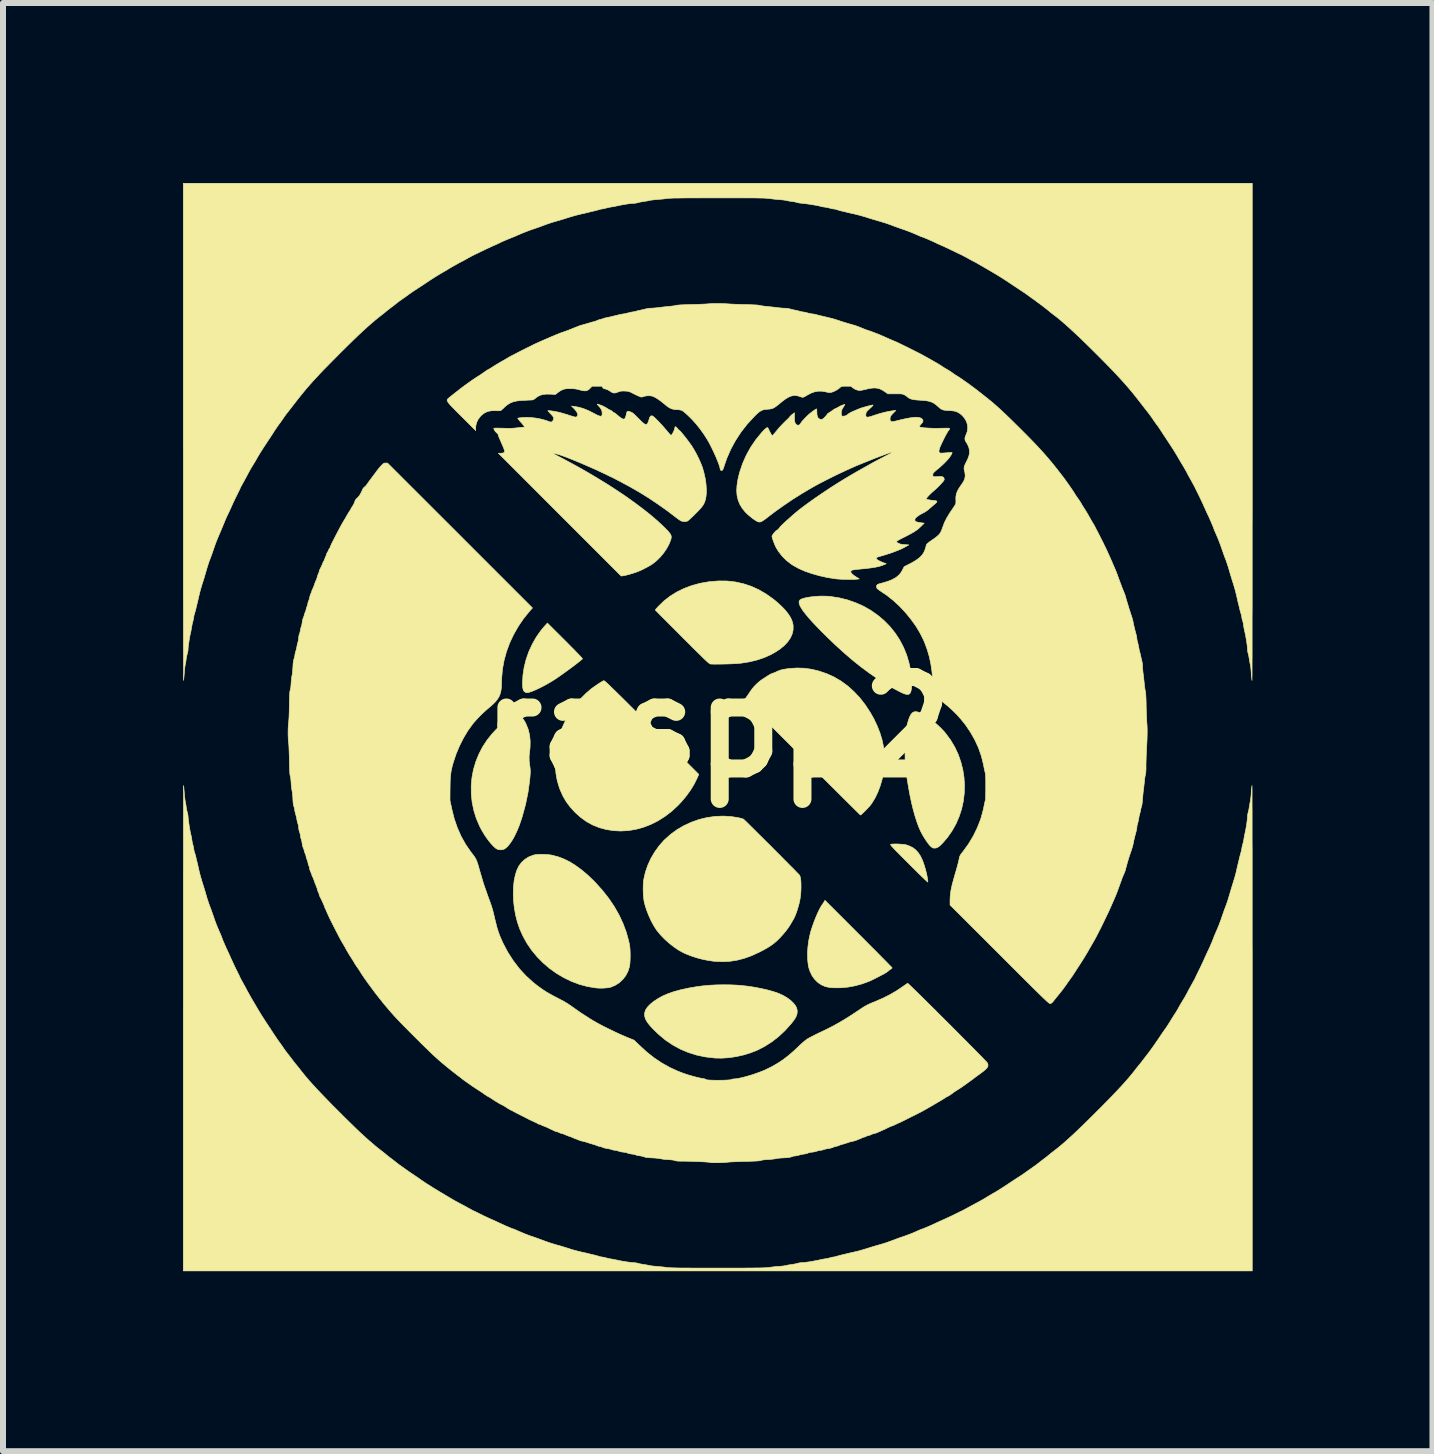
<source format=kicad_pcb>
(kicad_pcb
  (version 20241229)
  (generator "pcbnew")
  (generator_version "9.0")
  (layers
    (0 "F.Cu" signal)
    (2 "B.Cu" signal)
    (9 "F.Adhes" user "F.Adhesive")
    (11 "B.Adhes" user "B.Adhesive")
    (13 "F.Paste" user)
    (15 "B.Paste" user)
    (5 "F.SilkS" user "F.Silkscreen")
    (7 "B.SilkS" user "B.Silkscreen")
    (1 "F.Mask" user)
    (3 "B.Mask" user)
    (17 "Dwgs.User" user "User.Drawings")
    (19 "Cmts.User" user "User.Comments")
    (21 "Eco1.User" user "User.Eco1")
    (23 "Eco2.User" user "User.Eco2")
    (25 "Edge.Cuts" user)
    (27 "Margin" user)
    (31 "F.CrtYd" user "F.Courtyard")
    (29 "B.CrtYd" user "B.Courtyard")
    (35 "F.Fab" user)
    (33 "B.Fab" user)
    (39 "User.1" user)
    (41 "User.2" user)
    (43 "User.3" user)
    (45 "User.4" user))
  (footprint "raspp2"
    (layer "F.Cu")
    (at 8.91 9.069)
    (property "Reference" "raspp2" (at 0 0 0) (layer "F.SilkS") (effects (font (size 1.524 1.524) (thickness 0.3))))
    (attr through_hole)
    (fp_poly (pts (xy 3.007 1.949) (xy 3.048 1.951) (xy 3.086 1.954) (xy 3.119 1.958) (xy 3.142 1.962) (xy 3.203 1.984) (xy 3.258 2.012) (xy 3.305 2.049) (xy 3.347 2.096) (xy 3.384 2.153) (xy 3.416 2.221) (xy 3.445 2.302) (xy 3.469 2.384) (xy 3.479 2.426) (xy 3.489 2.469) (xy 3.496 2.508) (xy 3.502 2.542) (xy 3.505 2.567) (xy 3.504 2.582) (xy 3.504 2.583) (xy 3.499 2.579) (xy 3.484 2.566) (xy 3.461 2.545) (xy 3.43 2.515) (xy 3.392 2.479) (xy 3.349 2.437) (xy 3.301 2.389) (xy 3.248 2.337) (xy 3.193 2.282) (xy 3.186 2.275) (xy 3.121 2.21) (xy 3.065 2.154) (xy 3.018 2.106) (xy 2.979 2.067) (xy 2.948 2.035) (xy 2.924 2.009) (xy 2.906 1.99) (xy 2.894 1.975) (xy 2.887 1.965) (xy 2.884 1.959) (xy 2.884 1.955) (xy 2.885 1.954) (xy 2.902 1.951) (xy 2.93 1.949) (xy 2.966 1.948) (xy 3.007 1.949)) (stroke (width 0.01) (type solid)) (fill yes) (layer "F.SilkS"))
    (fp_poly (pts (xy -2.542 -1.441) (xy -2.488 -1.387) (xy -2.438 -1.336) (xy -2.391 -1.289) (xy -2.35 -1.246) (xy -2.315 -1.21) (xy -2.286 -1.18) (xy -2.266 -1.158) (xy -2.254 -1.144) (xy -2.251 -1.14) (xy -2.258 -1.132) (xy -2.276 -1.116) (xy -2.303 -1.094) (xy -2.337 -1.067) (xy -2.377 -1.036) (xy -2.422 -1.002) (xy -2.47 -0.967) (xy -2.519 -0.931) (xy -2.569 -0.895) (xy -2.617 -0.861) (xy -2.663 -0.829) (xy -2.692 -0.809) (xy -2.753 -0.77) (xy -2.815 -0.733) (xy -2.879 -0.697) (xy -2.941 -0.665) (xy -3 -0.636) (xy -3.055 -0.611) (xy -3.103 -0.592) (xy -3.143 -0.579) (xy -3.173 -0.574) (xy -3.179 -0.573) (xy -3.199 -0.578) (xy -3.218 -0.59) (xy -3.219 -0.59) (xy -3.233 -0.607) (xy -3.242 -0.631) (xy -3.248 -0.665) (xy -3.251 -0.711) (xy -3.251 -0.727) (xy -3.244 -0.861) (xy -3.224 -0.995) (xy -3.191 -1.128) (xy -3.145 -1.259) (xy -3.087 -1.384) (xy -3.019 -1.504) (xy -2.94 -1.615) (xy -2.874 -1.693) (xy -2.836 -1.734) (xy -2.542 -1.441)) (stroke (width 0.01) (type solid)) (fill yes) (layer "F.SilkS"))
    (fp_poly (pts (xy 1.838 -2.181) (xy 1.876 -2.178) (xy 2.024 -2.155) (xy 2.167 -2.12) (xy 2.304 -2.072) (xy 2.434 -2.014) (xy 2.556 -1.944) (xy 2.67 -1.864) (xy 2.776 -1.775) (xy 2.873 -1.676) (xy 2.959 -1.569) (xy 3.035 -1.454) (xy 3.099 -1.331) (xy 3.152 -1.202) (xy 3.192 -1.066) (xy 3.207 -0.998) (xy 3.217 -0.943) (xy 3.224 -0.883) (xy 3.23 -0.821) (xy 3.234 -0.761) (xy 3.235 -0.707) (xy 3.234 -0.66) (xy 3.231 -0.636) (xy 3.222 -0.593) (xy 3.209 -0.565) (xy 3.189 -0.548) (xy 3.162 -0.544) (xy 3.126 -0.551) (xy 3.098 -0.561) (xy 3.064 -0.577) (xy 3.021 -0.598) (xy 2.97 -0.625) (xy 2.915 -0.655) (xy 2.857 -0.688) (xy 2.809 -0.717) (xy 2.668 -0.805) (xy 2.529 -0.901) (xy 2.39 -1.004) (xy 2.25 -1.116) (xy 2.107 -1.239) (xy 1.961 -1.372) (xy 1.838 -1.49) (xy 1.742 -1.585) (xy 1.658 -1.671) (xy 1.584 -1.749) (xy 1.521 -1.819) (xy 1.469 -1.882) (xy 1.427 -1.936) (xy 1.395 -1.984) (xy 1.373 -2.025) (xy 1.361 -2.059) (xy 1.358 -2.087) (xy 1.365 -2.109) (xy 1.373 -2.119) (xy 1.395 -2.133) (xy 1.43 -2.145) (xy 1.475 -2.157) (xy 1.528 -2.166) (xy 1.586 -2.174) (xy 1.649 -2.18) (xy 1.713 -2.183) (xy 1.777 -2.183) (xy 1.838 -2.181)) (stroke (width 0.01) (type solid)) (fill yes) (layer "F.SilkS"))
    (fp_poly (pts (xy 2.35 3.447) (xy 2.425 3.522) (xy 2.497 3.594) (xy 2.565 3.663) (xy 2.63 3.727) (xy 2.689 3.787) (xy 2.742 3.841) (xy 2.79 3.889) (xy 2.83 3.93) (xy 2.863 3.964) (xy 2.888 3.989) (xy 2.904 4.006) (xy 2.91 4.013) (xy 2.91 4.013) (xy 2.904 4.021) (xy 2.894 4.029) (xy 2.879 4.038) (xy 2.859 4.054) (xy 2.846 4.065) (xy 2.823 4.082) (xy 2.794 4.101) (xy 2.763 4.119) (xy 2.759 4.121) (xy 2.727 4.137) (xy 2.689 4.157) (xy 2.65 4.177) (xy 2.634 4.186) (xy 2.527 4.237) (xy 2.412 4.279) (xy 2.292 4.312) (xy 2.171 4.334) (xy 2.051 4.345) (xy 1.934 4.345) (xy 1.869 4.34) (xy 1.797 4.325) (xy 1.731 4.296) (xy 1.671 4.256) (xy 1.619 4.204) (xy 1.575 4.143) (xy 1.541 4.071) (xy 1.539 4.067) (xy 1.528 4.034) (xy 1.519 4.003) (xy 1.512 3.969) (xy 1.507 3.928) (xy 1.502 3.877) (xy 1.502 3.875) (xy 1.499 3.772) (xy 1.506 3.663) (xy 1.521 3.551) (xy 1.545 3.44) (xy 1.559 3.389) (xy 1.58 3.325) (xy 1.603 3.26) (xy 1.628 3.195) (xy 1.654 3.133) (xy 1.679 3.076) (xy 1.704 3.027) (xy 1.726 2.987) (xy 1.743 2.961) (xy 1.756 2.943) (xy 1.771 2.92) (xy 1.774 2.915) (xy 1.79 2.887) (xy 2.35 3.447)) (stroke (width 0.01) (type solid)) (fill yes) (layer "F.SilkS"))
    (fp_poly (pts (xy -3.308 -0.189) (xy -3.273 -0.168) (xy -3.24 -0.134) (xy -3.208 -0.084) (xy -3.193 -0.054) (xy -3.157 0.036) (xy -3.133 0.133) (xy -3.123 0.235) (xy -3.125 0.339) (xy -3.131 0.396) (xy -3.141 0.484) (xy -3.14 0.564) (xy -3.131 0.635) (xy -3.126 0.671) (xy -3.122 0.707) (xy -3.121 0.744) (xy -3.123 0.787) (xy -3.127 0.838) (xy -3.132 0.891) (xy -3.159 1.087) (xy -3.199 1.284) (xy -3.253 1.482) (xy -3.277 1.558) (xy -3.309 1.649) (xy -3.344 1.733) (xy -3.38 1.809) (xy -3.417 1.877) (xy -3.455 1.934) (xy -3.492 1.981) (xy -3.528 2.015) (xy -3.558 2.035) (xy -3.592 2.044) (xy -3.631 2.045) (xy -3.666 2.037) (xy -3.67 2.036) (xy -3.699 2.018) (xy -3.732 1.989) (xy -3.769 1.95) (xy -3.808 1.903) (xy -3.848 1.85) (xy -3.886 1.793) (xy -3.923 1.732) (xy -3.956 1.671) (xy -3.966 1.651) (xy -4.022 1.52) (xy -4.063 1.387) (xy -4.091 1.251) (xy -4.105 1.115) (xy -4.106 0.979) (xy -4.094 0.843) (xy -4.069 0.71) (xy -4.03 0.579) (xy -3.979 0.452) (xy -3.916 0.33) (xy -3.84 0.214) (xy -3.751 0.104) (xy -3.694 0.043) (xy -3.646 -0.003) (xy -3.595 -0.047) (xy -3.544 -0.087) (xy -3.495 -0.123) (xy -3.448 -0.153) (xy -3.406 -0.176) (xy -3.371 -0.191) (xy -3.344 -0.196) (xy -3.344 -0.196) (xy -3.308 -0.189)) (stroke (width 0.01) (type solid)) (fill yes) (layer "F.SilkS"))
    (fp_poly (pts (xy -1.893 -0.773) (xy -1.887 -0.77) (xy -1.878 -0.764) (xy -1.867 -0.754) (xy -1.851 -0.741) (xy -1.832 -0.723) (xy -1.807 -0.7) (xy -1.778 -0.671) (xy -1.743 -0.637) (xy -1.702 -0.597) (xy -1.654 -0.55) (xy -1.599 -0.496) (xy -1.537 -0.435) (xy -1.467 -0.365) (xy -1.389 -0.287) (xy -1.302 -0.2) (xy -1.205 -0.104) (xy -1.099 0.002) (xy -1.096 0.005) (xy -0.313 0.788) (xy -0.337 0.843) (xy -0.388 0.947) (xy -0.451 1.051) (xy -0.525 1.153) (xy -0.608 1.251) (xy -0.664 1.31) (xy -0.769 1.406) (xy -0.879 1.49) (xy -0.995 1.563) (xy -1.115 1.623) (xy -1.237 1.67) (xy -1.362 1.704) (xy -1.488 1.725) (xy -1.614 1.732) (xy -1.731 1.726) (xy -1.855 1.707) (xy -1.97 1.676) (xy -2.079 1.633) (xy -2.181 1.577) (xy -2.278 1.508) (xy -2.37 1.426) (xy -2.377 1.419) (xy -2.456 1.332) (xy -2.523 1.242) (xy -2.579 1.146) (xy -2.625 1.042) (xy -2.64 1.001) (xy -2.673 0.888) (xy -2.694 0.768) (xy -2.704 0.642) (xy -2.703 0.513) (xy -2.691 0.382) (xy -2.667 0.252) (xy -2.646 0.168) (xy -2.599 0.03) (xy -2.538 -0.104) (xy -2.466 -0.232) (xy -2.383 -0.353) (xy -2.29 -0.466) (xy -2.187 -0.568) (xy -2.122 -0.624) (xy -2.093 -0.647) (xy -2.058 -0.672) (xy -2.022 -0.697) (xy -1.986 -0.722) (xy -1.952 -0.743) (xy -1.924 -0.76) (xy -1.904 -0.771) (xy -1.896 -0.774) (xy -1.893 -0.773)) (stroke (width 0.01) (type solid)) (fill yes) (layer "F.SilkS"))
    (fp_poly (pts (xy -2.863 2.123) (xy -2.81 2.127) (xy -2.764 2.134) (xy -2.751 2.137) (xy -2.653 2.163) (xy -2.557 2.2) (xy -2.461 2.248) (xy -2.365 2.308) (xy -2.268 2.379) (xy -2.168 2.463) (xy -2.066 2.56) (xy -2.035 2.592) (xy -1.92 2.72) (xy -1.815 2.853) (xy -1.722 2.99) (xy -1.642 3.131) (xy -1.575 3.275) (xy -1.521 3.42) (xy -1.481 3.565) (xy -1.468 3.625) (xy -1.462 3.668) (xy -1.458 3.719) (xy -1.456 3.776) (xy -1.456 3.835) (xy -1.458 3.892) (xy -1.461 3.942) (xy -1.467 3.983) (xy -1.468 3.991) (xy -1.492 4.068) (xy -1.528 4.139) (xy -1.576 4.202) (xy -1.632 4.256) (xy -1.698 4.299) (xy -1.77 4.331) (xy -1.785 4.336) (xy -1.82 4.343) (xy -1.865 4.348) (xy -1.916 4.351) (xy -1.969 4.351) (xy -2.02 4.348) (xy -2.032 4.346) (xy -2.169 4.324) (xy -2.303 4.288) (xy -2.435 4.238) (xy -2.562 4.177) (xy -2.684 4.105) (xy -2.8 4.022) (xy -2.908 3.929) (xy -3.008 3.828) (xy -3.098 3.719) (xy -3.178 3.602) (xy -3.246 3.479) (xy -3.3 3.357) (xy -3.337 3.247) (xy -3.366 3.133) (xy -3.387 3.016) (xy -3.4 2.898) (xy -3.405 2.783) (xy -3.402 2.671) (xy -3.391 2.564) (xy -3.371 2.466) (xy -3.346 2.387) (xy -3.313 2.317) (xy -3.268 2.257) (xy -3.213 2.206) (xy -3.149 2.165) (xy -3.078 2.137) (xy -3.051 2.129) (xy -3.015 2.124) (xy -2.969 2.121) (xy -2.917 2.121) (xy -2.863 2.123)) (stroke (width 0.01) (type solid)) (fill yes) (layer "F.SilkS"))
    (fp_poly (pts (xy 0.211 4.296) (xy 0.308 4.3) (xy 0.399 4.307) (xy 0.491 4.317) (xy 0.585 4.331) (xy 0.688 4.35) (xy 0.73 4.358) (xy 0.84 4.383) (xy 0.938 4.411) (xy 1.024 4.441) (xy 1.099 4.476) (xy 1.164 4.515) (xy 1.222 4.559) (xy 1.265 4.601) (xy 1.297 4.64) (xy 1.317 4.678) (xy 1.327 4.719) (xy 1.328 4.743) (xy 1.325 4.776) (xy 1.316 4.809) (xy 1.299 4.844) (xy 1.273 4.884) (xy 1.238 4.93) (xy 1.225 4.946) (xy 1.125 5.057) (xy 1.018 5.157) (xy 0.905 5.245) (xy 0.786 5.321) (xy 0.664 5.384) (xy 0.662 5.385) (xy 0.55 5.429) (xy 0.432 5.465) (xy 0.31 5.492) (xy 0.189 5.51) (xy 0.07 5.518) (xy -0.043 5.516) (xy -0.051 5.515) (xy -0.205 5.497) (xy -0.351 5.466) (xy -0.491 5.422) (xy -0.623 5.366) (xy -0.749 5.297) (xy -0.87 5.215) (xy -0.984 5.12) (xy -1.029 5.077) (xy -1.084 5.022) (xy -1.128 4.974) (xy -1.161 4.932) (xy -1.186 4.894) (xy -1.203 4.86) (xy -1.205 4.855) (xy -1.217 4.808) (xy -1.215 4.761) (xy -1.199 4.714) (xy -1.169 4.668) (xy -1.124 4.621) (xy -1.066 4.573) (xy -1.062 4.571) (xy -0.988 4.522) (xy -0.909 4.479) (xy -0.822 4.442) (xy -0.727 4.409) (xy -0.621 4.38) (xy -0.503 4.354) (xy -0.49 4.351) (xy -0.368 4.33) (xy -0.253 4.314) (xy -0.139 4.303) (xy -0.022 4.297) (xy 0.105 4.295) (xy 0.105 4.295) (xy 0.211 4.296)) (stroke (width 0.01) (type solid)) (fill yes) (layer "F.SilkS"))
    (fp_poly (pts (xy 3.332 -0.253) (xy 3.34 -0.251) (xy 3.386 -0.233) (xy 3.439 -0.205) (xy 3.497 -0.169) (xy 3.557 -0.126) (xy 3.618 -0.078) (xy 3.677 -0.026) (xy 3.733 0.028) (xy 3.784 0.083) (xy 3.802 0.105) (xy 3.884 0.216) (xy 3.954 0.333) (xy 4.011 0.455) (xy 4.055 0.581) (xy 4.088 0.71) (xy 4.108 0.841) (xy 4.116 0.973) (xy 4.112 1.105) (xy 4.096 1.236) (xy 4.068 1.365) (xy 4.027 1.49) (xy 3.975 1.611) (xy 3.91 1.727) (xy 3.834 1.837) (xy 3.754 1.93) (xy 3.719 1.965) (xy 3.691 1.99) (xy 3.666 2.006) (xy 3.642 2.015) (xy 3.617 2.017) (xy 3.615 2.017) (xy 3.595 2.016) (xy 3.579 2.009) (xy 3.56 1.994) (xy 3.551 1.987) (xy 3.528 1.962) (xy 3.501 1.927) (xy 3.472 1.885) (xy 3.442 1.839) (xy 3.414 1.792) (xy 3.39 1.746) (xy 3.386 1.739) (xy 3.353 1.664) (xy 3.321 1.576) (xy 3.289 1.476) (xy 3.259 1.367) (xy 3.231 1.25) (xy 3.205 1.126) (xy 3.183 1.005) (xy 3.169 0.92) (xy 3.157 0.848) (xy 3.148 0.784) (xy 3.14 0.728) (xy 3.135 0.677) (xy 3.13 0.628) (xy 3.128 0.578) (xy 3.126 0.526) (xy 3.125 0.469) (xy 3.124 0.405) (xy 3.124 0.381) (xy 3.124 0.306) (xy 3.125 0.243) (xy 3.127 0.191) (xy 3.129 0.146) (xy 3.132 0.106) (xy 3.137 0.069) (xy 3.144 0.033) (xy 3.152 -0.004) (xy 3.162 -0.045) (xy 3.164 -0.054) (xy 3.183 -0.12) (xy 3.202 -0.171) (xy 3.223 -0.21) (xy 3.245 -0.237) (xy 3.271 -0.252) (xy 3.299 -0.258) (xy 3.332 -0.253)) (stroke (width 0.01) (type solid)) (fill yes) (layer "F.SilkS"))
    (fp_poly (pts (xy 0.16 -2.435) (xy 0.298 -2.419) (xy 0.432 -2.389) (xy 0.563 -2.346) (xy 0.69 -2.288) (xy 0.813 -2.216) (xy 0.932 -2.131) (xy 0.984 -2.088) (xy 1.061 -2.019) (xy 1.124 -1.954) (xy 1.174 -1.892) (xy 1.213 -1.833) (xy 1.24 -1.775) (xy 1.256 -1.719) (xy 1.26 -1.685) (xy 1.259 -1.617) (xy 1.243 -1.551) (xy 1.214 -1.486) (xy 1.171 -1.423) (xy 1.114 -1.362) (xy 1.045 -1.304) (xy 0.963 -1.25) (xy 0.89 -1.209) (xy 0.779 -1.159) (xy 0.66 -1.119) (xy 0.533 -1.088) (xy 0.395 -1.066) (xy 0.334 -1.06) (xy 0.304 -1.058) (xy 0.263 -1.056) (xy 0.215 -1.054) (xy 0.162 -1.052) (xy 0.106 -1.051) (xy 0.051 -1.05) (xy -0.001 -1.05) (xy -0.046 -1.049) (xy -0.084 -1.05) (xy -0.11 -1.051) (xy -0.112 -1.051) (xy -0.118 -1.052) (xy -0.124 -1.054) (xy -0.131 -1.057) (xy -0.14 -1.063) (xy -0.151 -1.072) (xy -0.166 -1.084) (xy -0.184 -1.101) (xy -0.207 -1.122) (xy -0.235 -1.149) (xy -0.269 -1.183) (xy -0.31 -1.223) (xy -0.358 -1.27) (xy -0.414 -1.325) (xy -0.478 -1.39) (xy -0.552 -1.463) (xy -0.59 -1.501) (xy -0.656 -1.568) (xy -0.72 -1.632) (xy -0.78 -1.692) (xy -0.836 -1.748) (xy -0.886 -1.798) (xy -0.931 -1.843) (xy -0.969 -1.881) (xy -0.999 -1.912) (xy -1.021 -1.935) (xy -1.034 -1.948) (xy -1.038 -1.953) (xy -1.033 -1.959) (xy -1.021 -1.974) (xy -1.002 -1.995) (xy -0.987 -2.012) (xy -0.893 -2.103) (xy -0.79 -2.183) (xy -0.677 -2.253) (xy -0.556 -2.312) (xy -0.427 -2.36) (xy -0.291 -2.397) (xy -0.148 -2.422) (xy 0.001 -2.435) (xy 0.018 -2.436) (xy 0.16 -2.435)) (stroke (width 0.01) (type solid)) (fill yes) (layer "F.SilkS"))
    (fp_poly (pts (xy 0.226 1.491) (xy 0.345 1.51) (xy 0.377 1.517) (xy 0.405 1.525) (xy 0.426 1.531) (xy 0.432 1.535) (xy 0.44 1.541) (xy 0.457 1.558) (xy 0.483 1.582) (xy 0.516 1.615) (xy 0.555 1.654) (xy 0.6 1.698) (xy 0.65 1.748) (xy 0.704 1.802) (xy 0.761 1.858) (xy 0.82 1.917) (xy 0.881 1.977) (xy 0.941 2.038) (xy 1.001 2.098) (xy 1.059 2.156) (xy 1.115 2.213) (xy 1.168 2.266) (xy 1.216 2.315) (xy 1.26 2.358) (xy 1.297 2.396) (xy 1.327 2.427) (xy 1.35 2.451) (xy 1.364 2.465) (xy 1.368 2.47) (xy 1.377 2.493) (xy 1.384 2.528) (xy 1.389 2.572) (xy 1.391 2.624) (xy 1.391 2.68) (xy 1.389 2.739) (xy 1.384 2.797) (xy 1.377 2.853) (xy 1.371 2.885) (xy 1.359 2.942) (xy 1.342 3.002) (xy 1.324 3.061) (xy 1.304 3.117) (xy 1.284 3.166) (xy 1.264 3.204) (xy 1.261 3.21) (xy 1.242 3.241) (xy 1.224 3.272) (xy 1.209 3.298) (xy 1.208 3.299) (xy 1.192 3.324) (xy 1.172 3.354) (xy 1.15 3.382) (xy 1.15 3.383) (xy 1.095 3.45) (xy 1.043 3.508) (xy 0.993 3.558) (xy 0.942 3.602) (xy 0.888 3.642) (xy 0.826 3.681) (xy 0.756 3.72) (xy 0.693 3.752) (xy 0.568 3.81) (xy 0.445 3.854) (xy 0.325 3.885) (xy 0.203 3.904) (xy 0.08 3.91) (xy -0.048 3.904) (xy -0.054 3.904) (xy -0.147 3.891) (xy -0.244 3.872) (xy -0.343 3.846) (xy -0.439 3.815) (xy -0.528 3.78) (xy -0.577 3.757) (xy -0.653 3.715) (xy -0.731 3.661) (xy -0.809 3.6) (xy -0.883 3.533) (xy -0.95 3.464) (xy -1.008 3.394) (xy -1.019 3.379) (xy -1.063 3.31) (xy -1.106 3.231) (xy -1.145 3.145) (xy -1.18 3.057) (xy -1.208 2.97) (xy -1.223 2.91) (xy -1.23 2.865) (xy -1.236 2.81) (xy -1.239 2.749) (xy -1.24 2.686) (xy -1.238 2.625) (xy -1.235 2.571) (xy -1.23 2.539) (xy -1.204 2.422) (xy -1.164 2.305) (xy -1.112 2.191) (xy -1.048 2.082) (xy -0.974 1.979) (xy -0.891 1.885) (xy -0.884 1.879) (xy -0.784 1.789) (xy -0.675 1.709) (xy -0.558 1.641) (xy -0.436 1.585) (xy -0.308 1.54) (xy -0.177 1.508) (xy -0.043 1.489) (xy 0.091 1.483) (xy 0.226 1.491)) (stroke (width 0.01) (type solid)) (fill yes) (layer "F.SilkS"))
    (fp_poly (pts (xy 1.446 -0.981) (xy 1.568 -0.964) (xy 1.691 -0.934) (xy 1.817 -0.891) (xy 1.818 -0.891) (xy 1.94 -0.836) (xy 2.056 -0.768) (xy 2.167 -0.687) (xy 2.272 -0.593) (xy 2.371 -0.488) (xy 2.462 -0.371) (xy 2.546 -0.243) (xy 2.606 -0.136) (xy 2.662 -0.017) (xy 2.707 0.098) (xy 2.742 0.213) (xy 2.767 0.332) (xy 2.769 0.345) (xy 2.776 0.4) (xy 2.78 0.464) (xy 2.782 0.534) (xy 2.781 0.605) (xy 2.777 0.672) (xy 2.771 0.731) (xy 2.769 0.743) (xy 2.745 0.862) (xy 2.712 0.977) (xy 2.672 1.084) (xy 2.625 1.182) (xy 2.571 1.27) (xy 2.555 1.292) (xy 2.539 1.312) (xy 2.517 1.336) (xy 2.492 1.363) (xy 2.465 1.391) (xy 2.439 1.417) (xy 2.416 1.439) (xy 2.397 1.456) (xy 2.385 1.465) (xy 2.382 1.466) (xy 2.377 1.461) (xy 2.361 1.446) (xy 2.337 1.422) (xy 2.303 1.389) (xy 2.262 1.348) (xy 2.212 1.299) (xy 2.156 1.243) (xy 2.092 1.18) (xy 2.023 1.111) (xy 1.948 1.036) (xy 1.867 0.956) (xy 1.782 0.871) (xy 1.693 0.782) (xy 1.6 0.689) (xy 1.504 0.593) (xy 1.416 0.505) (xy 1.3 0.389) (xy 1.193 0.282) (xy 1.095 0.184) (xy 1.007 0.096) (xy 0.927 0.016) (xy 0.855 -0.056) (xy 0.791 -0.121) (xy 0.735 -0.178) (xy 0.685 -0.228) (xy 0.641 -0.273) (xy 0.604 -0.311) (xy 0.572 -0.344) (xy 0.545 -0.372) (xy 0.523 -0.395) (xy 0.505 -0.414) (xy 0.491 -0.43) (xy 0.481 -0.442) (xy 0.473 -0.452) (xy 0.468 -0.459) (xy 0.465 -0.464) (xy 0.464 -0.468) (xy 0.464 -0.471) (xy 0.465 -0.473) (xy 0.474 -0.489) (xy 0.488 -0.51) (xy 0.495 -0.519) (xy 0.509 -0.539) (xy 0.527 -0.566) (xy 0.546 -0.595) (xy 0.551 -0.602) (xy 0.58 -0.642) (xy 0.617 -0.685) (xy 0.66 -0.727) (xy 0.703 -0.765) (xy 0.743 -0.794) (xy 0.746 -0.796) (xy 0.773 -0.813) (xy 0.805 -0.834) (xy 0.837 -0.855) (xy 0.84 -0.857) (xy 0.867 -0.873) (xy 0.892 -0.887) (xy 0.912 -0.895) (xy 0.916 -0.896) (xy 0.936 -0.903) (xy 0.962 -0.913) (xy 0.98 -0.922) (xy 1.014 -0.937) (xy 1.049 -0.95) (xy 1.088 -0.96) (xy 1.135 -0.968) (xy 1.192 -0.976) (xy 1.201 -0.977) (xy 1.325 -0.985) (xy 1.446 -0.981)) (stroke (width 0.01) (type solid)) (fill yes) (layer "F.SilkS"))
    (fp_poly (pts (xy -1.998 -5.382) (xy -1.992 -5.381) (xy -1.928 -5.359) (xy -1.864 -5.327) (xy -1.846 -5.315) (xy -1.822 -5.3) (xy -1.802 -5.289) (xy -1.789 -5.283) (xy -1.788 -5.283) (xy -1.777 -5.279) (xy -1.761 -5.267) (xy -1.755 -5.261) (xy -1.739 -5.248) (xy -1.726 -5.24) (xy -1.724 -5.24) (xy -1.714 -5.235) (xy -1.698 -5.223) (xy -1.677 -5.207) (xy -1.675 -5.204) (xy -1.636 -5.172) (xy -1.606 -5.15) (xy -1.582 -5.137) (xy -1.565 -5.133) (xy -1.551 -5.137) (xy -1.543 -5.146) (xy -1.535 -5.163) (xy -1.527 -5.187) (xy -1.523 -5.205) (xy -1.516 -5.236) (xy -1.509 -5.255) (xy -1.498 -5.264) (xy -1.482 -5.263) (xy -1.458 -5.256) (xy -1.455 -5.255) (xy -1.438 -5.248) (xy -1.422 -5.24) (xy -1.406 -5.229) (xy -1.387 -5.212) (xy -1.363 -5.189) (xy -1.332 -5.157) (xy -1.323 -5.149) (xy -1.285 -5.11) (xy -1.254 -5.081) (xy -1.23 -5.061) (xy -1.211 -5.049) (xy -1.196 -5.044) (xy -1.19 -5.044) (xy -1.177 -5.05) (xy -1.164 -5.067) (xy -1.152 -5.092) (xy -1.146 -5.112) (xy -1.136 -5.148) (xy -1.125 -5.172) (xy -1.113 -5.185) (xy -1.097 -5.189) (xy -1.088 -5.187) (xy -1.075 -5.18) (xy -1.058 -5.166) (xy -1.035 -5.145) (xy -1.005 -5.114) (xy -0.994 -5.104) (xy -0.959 -5.067) (xy -0.921 -5.026) (xy -0.884 -4.984) (xy -0.853 -4.948) (xy -0.846 -4.94) (xy -0.823 -4.912) (xy -0.802 -4.888) (xy -0.786 -4.871) (xy -0.778 -4.863) (xy -0.777 -4.862) (xy -0.767 -4.869) (xy -0.755 -4.885) (xy -0.742 -4.908) (xy -0.729 -4.935) (xy -0.719 -4.961) (xy -0.712 -4.984) (xy -0.711 -4.994) (xy -0.708 -5.005) (xy -0.704 -5.007) (xy -0.693 -5.002) (xy -0.679 -4.99) (xy -0.667 -4.977) (xy -0.66 -4.966) (xy -0.66 -4.965) (xy -0.654 -4.957) (xy -0.645 -4.953) (xy -0.635 -4.945) (xy -0.618 -4.928) (xy -0.595 -4.902) (xy -0.569 -4.87) (xy -0.539 -4.833) (xy -0.509 -4.794) (xy -0.479 -4.754) (xy -0.451 -4.715) (xy -0.427 -4.681) (xy -0.392 -4.624) (xy -0.356 -4.559) (xy -0.321 -4.491) (xy -0.29 -4.423) (xy -0.264 -4.359) (xy -0.251 -4.324) (xy -0.226 -4.235) (xy -0.206 -4.145) (xy -0.193 -4.056) (xy -0.187 -3.972) (xy -0.187 -3.894) (xy -0.195 -3.825) (xy -0.204 -3.785) (xy -0.214 -3.754) (xy -0.226 -3.727) (xy -0.242 -3.699) (xy -0.263 -3.67) (xy -0.291 -3.637) (xy -0.326 -3.599) (xy -0.371 -3.554) (xy -0.405 -3.52) (xy -0.437 -3.49) (xy -0.465 -3.464) (xy -0.487 -3.445) (xy -0.501 -3.434) (xy -0.505 -3.433) (xy -0.536 -3.426) (xy -0.572 -3.427) (xy -0.604 -3.435) (xy -0.604 -3.435) (xy -0.621 -3.444) (xy -0.644 -3.459) (xy -0.671 -3.479) (xy -0.682 -3.487) (xy -0.841 -3.608) (xy -0.997 -3.718) (xy -1.151 -3.821) (xy -1.309 -3.919) (xy -1.473 -4.013) (xy -1.646 -4.105) (xy -1.734 -4.151) (xy -1.809 -4.187) (xy -1.887 -4.225) (xy -1.968 -4.263) (xy -2.051 -4.301) (xy -2.135 -4.338) (xy -2.217 -4.374) (xy -2.297 -4.408) (xy -2.374 -4.44) (xy -2.446 -4.469) (xy -2.512 -4.495) (xy -2.571 -4.517) (xy -2.622 -4.535) (xy -2.663 -4.548) (xy -2.694 -4.555) (xy -2.71 -4.557) (xy -2.74 -4.557) (xy -2.696 -4.535) (xy -2.513 -4.439) (xy -2.333 -4.341) (xy -2.157 -4.241) (xy -1.986 -4.139) (xy -1.82 -4.037) (xy -1.662 -3.934) (xy -1.511 -3.832) (xy -1.369 -3.73) (xy -1.236 -3.63) (xy -1.114 -3.533) (xy -1.003 -3.438) (xy -0.905 -3.346) (xy -0.84 -3.282) (xy -0.809 -3.247) (xy -0.787 -3.218) (xy -0.775 -3.193) (xy -0.771 -3.168) (xy -0.775 -3.141) (xy -0.78 -3.122) (xy -0.809 -3.048) (xy -0.85 -2.973) (xy -0.901 -2.899) (xy -0.959 -2.83) (xy -1.023 -2.768) (xy -1.081 -2.722) (xy -1.123 -2.695) (xy -1.175 -2.666) (xy -1.23 -2.637) (xy -1.286 -2.61) (xy -1.337 -2.589) (xy -1.34 -2.588) (xy -1.377 -2.575) (xy -1.42 -2.561) (xy -1.465 -2.548) (xy -1.508 -2.536) (xy -1.545 -2.527) (xy -1.572 -2.522) (xy -1.575 -2.522) (xy -1.607 -2.518) (xy -2.63 -3.541) (xy -3.653 -4.565) (xy -3.615 -4.565) (xy -3.581 -4.567) (xy -3.56 -4.575) (xy -3.55 -4.588) (xy -3.549 -4.598) (xy -3.552 -4.611) (xy -3.559 -4.635) (xy -3.571 -4.665) (xy -3.585 -4.699) (xy -3.588 -4.705) (xy -3.61 -4.756) (xy -3.627 -4.795) (xy -3.64 -4.824) (xy -3.648 -4.845) (xy -3.654 -4.859) (xy -3.656 -4.868) (xy -3.656 -4.873) (xy -3.656 -4.874) (xy -3.66 -4.883) (xy -3.672 -4.896) (xy -3.682 -4.905) (xy -3.704 -4.928) (xy -3.72 -4.952) (xy -3.729 -4.972) (xy -3.73 -4.978) (xy -3.725 -4.981) (xy -3.709 -4.983) (xy -3.681 -4.984) (xy -3.641 -4.983) (xy -3.587 -4.982) (xy -3.583 -4.982) (xy -3.519 -4.98) (xy -3.465 -4.98) (xy -3.417 -4.981) (xy -3.37 -4.985) (xy -3.333 -4.989) (xy -3.295 -4.993) (xy -3.262 -4.996) (xy -3.236 -4.999) (xy -3.22 -5) (xy -3.218 -5) (xy -3.216 -5.005) (xy -3.225 -5.019) (xy -3.245 -5.043) (xy -3.252 -5.052) (xy -3.284 -5.088) (xy -3.307 -5.115) (xy -3.322 -5.133) (xy -3.329 -5.145) (xy -3.329 -5.149) (xy -3.321 -5.151) (xy -3.302 -5.154) (xy -3.274 -5.157) (xy -3.252 -5.16) (xy -3.181 -5.163) (xy -3.102 -5.159) (xy -3.021 -5.149) (xy -2.942 -5.134) (xy -2.869 -5.114) (xy -2.831 -5.101) (xy -2.804 -5.09) (xy -2.786 -5.085) (xy -2.775 -5.084) (xy -2.765 -5.088) (xy -2.76 -5.091) (xy -2.741 -5.111) (xy -2.732 -5.138) (xy -2.732 -5.159) (xy -2.74 -5.172) (xy -2.755 -5.192) (xy -2.775 -5.215) (xy -2.784 -5.224) (xy -2.804 -5.245) (xy -2.819 -5.261) (xy -2.827 -5.272) (xy -2.828 -5.274) (xy -2.819 -5.275) (xy -2.798 -5.273) (xy -2.77 -5.27) (xy -2.736 -5.265) (xy -2.7 -5.258) (xy -2.664 -5.252) (xy -2.632 -5.244) (xy -2.627 -5.243) (xy -2.591 -5.233) (xy -2.547 -5.22) (xy -2.502 -5.207) (xy -2.471 -5.196) (xy -2.436 -5.185) (xy -2.405 -5.176) (xy -2.38 -5.169) (xy -2.365 -5.167) (xy -2.365 -5.167) (xy -2.345 -5.173) (xy -2.333 -5.191) (xy -2.33 -5.21) (xy -2.335 -5.23) (xy -2.349 -5.256) (xy -2.37 -5.284) (xy -2.395 -5.313) (xy -2.401 -5.319) (xy -2.435 -5.351) (xy -2.389 -5.345) (xy -2.314 -5.332) (xy -2.233 -5.308) (xy -2.149 -5.274) (xy -2.065 -5.231) (xy -2.065 -5.231) (xy -2.018 -5.206) (xy -1.982 -5.19) (xy -1.956 -5.182) (xy -1.938 -5.183) (xy -1.928 -5.191) (xy -1.928 -5.193) (xy -1.923 -5.216) (xy -1.924 -5.246) (xy -1.929 -5.275) (xy -1.934 -5.287) (xy -1.944 -5.305) (xy -1.961 -5.329) (xy -1.979 -5.349) (xy -1.996 -5.368) (xy -2.005 -5.379) (xy -2.005 -5.383) (xy -1.998 -5.382)) (stroke (width 0.01) (type solid)) (fill yes) (layer "F.SilkS"))
    (fp_poly (pts (xy 2.119 -5.372) (xy 2.112 -5.358) (xy 2.099 -5.338) (xy 2.097 -5.335) (xy 2.073 -5.293) (xy 2.062 -5.253) (xy 2.063 -5.211) (xy 2.064 -5.207) (xy 2.069 -5.19) (xy 2.077 -5.183) (xy 2.094 -5.182) (xy 2.126 -5.186) (xy 2.154 -5.199) (xy 2.175 -5.216) (xy 2.193 -5.229) (xy 2.219 -5.244) (xy 2.249 -5.259) (xy 2.255 -5.261) (xy 2.289 -5.276) (xy 2.326 -5.291) (xy 2.357 -5.304) (xy 2.359 -5.305) (xy 2.382 -5.314) (xy 2.413 -5.324) (xy 2.448 -5.334) (xy 2.485 -5.345) (xy 2.521 -5.354) (xy 2.552 -5.362) (xy 2.576 -5.367) (xy 2.59 -5.369) (xy 2.592 -5.369) (xy 2.59 -5.363) (xy 2.579 -5.35) (xy 2.561 -5.331) (xy 2.538 -5.31) (xy 2.511 -5.285) (xy 2.493 -5.266) (xy 2.482 -5.252) (xy 2.476 -5.239) (xy 2.473 -5.224) (xy 2.473 -5.224) (xy 2.47 -5.199) (xy 2.473 -5.181) (xy 2.481 -5.17) (xy 2.497 -5.166) (xy 2.522 -5.169) (xy 2.557 -5.178) (xy 2.604 -5.194) (xy 2.608 -5.195) (xy 2.678 -5.218) (xy 2.75 -5.238) (xy 2.819 -5.255) (xy 2.882 -5.267) (xy 2.925 -5.273) (xy 2.972 -5.278) (xy 2.925 -5.23) (xy 2.903 -5.206) (xy 2.889 -5.189) (xy 2.881 -5.174) (xy 2.877 -5.158) (xy 2.876 -5.148) (xy 2.875 -5.124) (xy 2.878 -5.11) (xy 2.888 -5.099) (xy 2.893 -5.094) (xy 2.899 -5.091) (xy 2.908 -5.09) (xy 2.921 -5.092) (xy 2.941 -5.095) (xy 2.969 -5.101) (xy 3.008 -5.111) (xy 3.053 -5.122) (xy 3.136 -5.141) (xy 3.207 -5.154) (xy 3.265 -5.162) (xy 3.314 -5.165) (xy 3.353 -5.161) (xy 3.383 -5.153) (xy 3.406 -5.139) (xy 3.409 -5.136) (xy 3.422 -5.118) (xy 3.424 -5.099) (xy 3.414 -5.076) (xy 3.391 -5.049) (xy 3.374 -5.029) (xy 3.365 -5.017) (xy 3.364 -5.01) (xy 3.369 -5.004) (xy 3.384 -4.998) (xy 3.412 -4.993) (xy 3.45 -4.988) (xy 3.496 -4.985) (xy 3.548 -4.982) (xy 3.604 -4.98) (xy 3.663 -4.98) (xy 3.72 -4.981) (xy 3.723 -4.981) (xy 3.773 -4.982) (xy 3.809 -4.983) (xy 3.835 -4.983) (xy 3.852 -4.982) (xy 3.862 -4.98) (xy 3.867 -4.977) (xy 3.868 -4.973) (xy 3.868 -4.972) (xy 3.863 -4.959) (xy 3.851 -4.943) (xy 3.849 -4.942) (xy 3.84 -4.93) (xy 3.826 -4.907) (xy 3.809 -4.876) (xy 3.789 -4.839) (xy 3.769 -4.799) (xy 3.749 -4.758) (xy 3.73 -4.718) (xy 3.714 -4.683) (xy 3.702 -4.654) (xy 3.698 -4.641) (xy 3.69 -4.607) (xy 3.692 -4.583) (xy 3.705 -4.57) (xy 3.709 -4.568) (xy 3.722 -4.567) (xy 3.745 -4.567) (xy 3.777 -4.569) (xy 3.813 -4.572) (xy 3.815 -4.572) (xy 3.849 -4.575) (xy 3.878 -4.577) (xy 3.899 -4.578) (xy 3.909 -4.577) (xy 3.909 -4.577) (xy 3.908 -4.568) (xy 3.901 -4.551) (xy 3.888 -4.528) (xy 3.871 -4.503) (xy 3.855 -4.481) (xy 3.825 -4.447) (xy 3.787 -4.407) (xy 3.743 -4.365) (xy 3.697 -4.324) (xy 3.659 -4.293) (xy 3.628 -4.266) (xy 3.606 -4.246) (xy 3.593 -4.23) (xy 3.588 -4.215) (xy 3.588 -4.2) (xy 3.589 -4.194) (xy 3.594 -4.172) (xy 3.667 -4.175) (xy 3.7 -4.176) (xy 3.727 -4.176) (xy 3.747 -4.174) (xy 3.753 -4.172) (xy 3.77 -4.157) (xy 3.778 -4.136) (xy 3.777 -4.121) (xy 3.769 -4.107) (xy 3.752 -4.085) (xy 3.727 -4.058) (xy 3.698 -4.027) (xy 3.666 -3.995) (xy 3.632 -3.963) (xy 3.598 -3.933) (xy 3.592 -3.928) (xy 3.562 -3.901) (xy 3.533 -3.873) (xy 3.508 -3.846) (xy 3.489 -3.824) (xy 3.478 -3.807) (xy 3.476 -3.8) (xy 3.483 -3.797) (xy 3.501 -3.792) (xy 3.527 -3.787) (xy 3.559 -3.782) (xy 3.593 -3.778) (xy 3.605 -3.777) (xy 3.633 -3.773) (xy 3.65 -3.769) (xy 3.657 -3.761) (xy 3.653 -3.75) (xy 3.638 -3.733) (xy 3.611 -3.71) (xy 3.592 -3.694) (xy 3.565 -3.67) (xy 3.536 -3.646) (xy 3.513 -3.625) (xy 3.511 -3.624) (xy 3.488 -3.606) (xy 3.458 -3.586) (xy 3.425 -3.568) (xy 3.417 -3.564) (xy 3.384 -3.547) (xy 3.352 -3.527) (xy 3.327 -3.509) (xy 3.322 -3.505) (xy 3.302 -3.486) (xy 3.292 -3.473) (xy 3.289 -3.46) (xy 3.289 -3.452) (xy 3.292 -3.436) (xy 3.302 -3.427) (xy 3.32 -3.42) (xy 3.343 -3.414) (xy 3.374 -3.409) (xy 3.396 -3.405) (xy 3.444 -3.399) (xy 3.392 -3.347) (xy 3.365 -3.322) (xy 3.338 -3.298) (xy 3.307 -3.276) (xy 3.273 -3.253) (xy 3.231 -3.229) (xy 3.181 -3.202) (xy 3.119 -3.17) (xy 3.107 -3.164) (xy 3.061 -3.141) (xy 3.026 -3.123) (xy 3.002 -3.109) (xy 2.989 -3.098) (xy 2.984 -3.089) (xy 2.988 -3.081) (xy 2.999 -3.073) (xy 3.017 -3.063) (xy 3.022 -3.061) (xy 3.047 -3.051) (xy 3.079 -3.045) (xy 3.12 -3.041) (xy 3.188 -3.037) (xy 3.133 -3.006) (xy 3.072 -2.974) (xy 2.996 -2.942) (xy 2.907 -2.908) (xy 2.806 -2.875) (xy 2.693 -2.842) (xy 2.691 -2.841) (xy 2.667 -2.834) (xy 2.654 -2.827) (xy 2.649 -2.818) (xy 2.649 -2.812) (xy 2.651 -2.801) (xy 2.661 -2.791) (xy 2.679 -2.779) (xy 2.694 -2.771) (xy 2.724 -2.757) (xy 2.755 -2.744) (xy 2.776 -2.736) (xy 2.812 -2.723) (xy 2.777 -2.708) (xy 2.742 -2.694) (xy 2.704 -2.682) (xy 2.661 -2.671) (xy 2.611 -2.662) (xy 2.552 -2.653) (xy 2.482 -2.644) (xy 2.4 -2.636) (xy 2.386 -2.635) (xy 2.338 -2.63) (xy 2.296 -2.625) (xy 2.264 -2.62) (xy 2.241 -2.616) (xy 2.231 -2.612) (xy 2.221 -2.596) (xy 2.224 -2.576) (xy 2.242 -2.553) (xy 2.273 -2.527) (xy 2.315 -2.499) (xy 2.362 -2.471) (xy 2.33 -2.466) (xy 2.304 -2.464) (xy 2.266 -2.462) (xy 2.221 -2.462) (xy 2.17 -2.462) (xy 2.118 -2.463) (xy 2.067 -2.464) (xy 2.021 -2.467) (xy 1.982 -2.47) (xy 1.964 -2.472) (xy 1.825 -2.494) (xy 1.693 -2.524) (xy 1.569 -2.559) (xy 1.454 -2.599) (xy 1.35 -2.645) (xy 1.259 -2.696) (xy 1.228 -2.716) (xy 1.148 -2.778) (xy 1.076 -2.85) (xy 1.014 -2.93) (xy 0.977 -2.99) (xy 0.963 -3.019) (xy 0.948 -3.054) (xy 0.934 -3.091) (xy 0.921 -3.126) (xy 0.912 -3.156) (xy 0.907 -3.178) (xy 0.907 -3.182) (xy 0.912 -3.194) (xy 0.924 -3.213) (xy 0.94 -3.234) (xy 0.957 -3.254) (xy 0.974 -3.271) (xy 0.986 -3.279) (xy 0.989 -3.28) (xy 0.998 -3.285) (xy 1.011 -3.298) (xy 1.026 -3.314) (xy 1.039 -3.33) (xy 1.042 -3.335) (xy 1.05 -3.345) (xy 1.068 -3.363) (xy 1.093 -3.387) (xy 1.124 -3.416) (xy 1.159 -3.448) (xy 1.197 -3.482) (xy 1.235 -3.516) (xy 1.272 -3.548) (xy 1.307 -3.578) (xy 1.337 -3.602) (xy 1.343 -3.608) (xy 1.4 -3.652) (xy 1.467 -3.702) (xy 1.543 -3.757) (xy 1.624 -3.815) (xy 1.71 -3.874) (xy 1.798 -3.933) (xy 1.885 -3.991) (xy 1.971 -4.046) (xy 2.025 -4.08) (xy 2.09 -4.12) (xy 2.163 -4.164) (xy 2.241 -4.21) (xy 2.324 -4.258) (xy 2.409 -4.306) (xy 2.493 -4.353) (xy 2.574 -4.399) (xy 2.651 -4.441) (xy 2.722 -4.478) (xy 2.784 -4.51) (xy 2.824 -4.531) (xy 2.862 -4.55) (xy 2.888 -4.564) (xy 2.901 -4.573) (xy 2.902 -4.578) (xy 2.895 -4.579) (xy 2.883 -4.577) (xy 2.86 -4.569) (xy 2.826 -4.557) (xy 2.784 -4.542) (xy 2.735 -4.523) (xy 2.68 -4.503) (xy 2.621 -4.48) (xy 2.561 -4.456) (xy 2.499 -4.431) (xy 2.438 -4.407) (xy 2.38 -4.383) (xy 2.325 -4.361) (xy 2.297 -4.349) (xy 2.223 -4.316) (xy 2.141 -4.279) (xy 2.053 -4.238) (xy 1.963 -4.195) (xy 1.873 -4.15) (xy 1.786 -4.106) (xy 1.704 -4.064) (xy 1.63 -4.024) (xy 1.573 -3.992) (xy 1.409 -3.895) (xy 1.247 -3.793) (xy 1.091 -3.687) (xy 0.943 -3.581) (xy 0.863 -3.52) (xy 0.817 -3.484) (xy 0.781 -3.457) (xy 0.752 -3.438) (xy 0.729 -3.425) (xy 0.71 -3.419) (xy 0.693 -3.418) (xy 0.677 -3.422) (xy 0.66 -3.429) (xy 0.654 -3.432) (xy 0.621 -3.452) (xy 0.581 -3.48) (xy 0.54 -3.513) (xy 0.499 -3.548) (xy 0.464 -3.583) (xy 0.46 -3.587) (xy 0.41 -3.649) (xy 0.371 -3.714) (xy 0.343 -3.783) (xy 0.325 -3.858) (xy 0.319 -3.94) (xy 0.324 -4.029) (xy 0.339 -4.126) (xy 0.364 -4.232) (xy 0.37 -4.253) (xy 0.418 -4.395) (xy 0.479 -4.532) (xy 0.552 -4.664) (xy 0.637 -4.789) (xy 0.731 -4.904) (xy 0.761 -4.937) (xy 0.784 -4.96) (xy 0.805 -4.978) (xy 0.821 -4.99) (xy 0.827 -4.993) (xy 0.839 -4.986) (xy 0.851 -4.965) (xy 0.853 -4.962) (xy 0.863 -4.938) (xy 0.878 -4.909) (xy 0.887 -4.893) (xy 0.899 -4.872) (xy 0.907 -4.862) (xy 0.914 -4.86) (xy 0.921 -4.865) (xy 0.923 -4.867) (xy 0.935 -4.879) (xy 0.951 -4.899) (xy 0.971 -4.922) (xy 0.978 -4.931) (xy 1.002 -4.96) (xy 1.027 -4.99) (xy 1.05 -5.015) (xy 1.053 -5.018) (xy 1.096 -5.063) (xy 1.131 -5.098) (xy 1.157 -5.123) (xy 1.17 -5.134) (xy 1.187 -5.151) (xy 1.202 -5.171) (xy 1.203 -5.171) (xy 1.218 -5.188) (xy 1.239 -5.207) (xy 1.25 -5.216) (xy 1.282 -5.239) (xy 1.281 -5.165) (xy 1.283 -5.118) (xy 1.288 -5.083) (xy 1.298 -5.058) (xy 1.314 -5.041) (xy 1.325 -5.035) (xy 1.348 -5.031) (xy 1.369 -5.04) (xy 1.385 -5.06) (xy 1.387 -5.064) (xy 1.393 -5.076) (xy 1.405 -5.092) (xy 1.424 -5.114) (xy 1.451 -5.143) (xy 1.487 -5.18) (xy 1.504 -5.196) (xy 1.52 -5.211) (xy 1.543 -5.23) (xy 1.569 -5.25) (xy 1.596 -5.27) (xy 1.62 -5.287) (xy 1.639 -5.299) (xy 1.65 -5.305) (xy 1.65 -5.305) (xy 1.653 -5.298) (xy 1.654 -5.281) (xy 1.655 -5.256) (xy 1.655 -5.256) (xy 1.657 -5.21) (xy 1.664 -5.176) (xy 1.676 -5.153) (xy 1.696 -5.137) (xy 1.722 -5.128) (xy 1.734 -5.127) (xy 1.746 -5.131) (xy 1.761 -5.142) (xy 1.782 -5.16) (xy 1.801 -5.18) (xy 1.817 -5.198) (xy 1.825 -5.21) (xy 1.825 -5.211) (xy 1.834 -5.223) (xy 1.85 -5.235) (xy 1.853 -5.236) (xy 1.871 -5.247) (xy 1.895 -5.263) (xy 1.912 -5.276) (xy 1.936 -5.293) (xy 1.96 -5.307) (xy 1.974 -5.313) (xy 1.996 -5.323) (xy 2.016 -5.334) (xy 2.016 -5.335) (xy 2.031 -5.344) (xy 2.054 -5.355) (xy 2.079 -5.365) (xy 2.102 -5.373) (xy 2.118 -5.377) (xy 2.12 -5.378) (xy 2.119 -5.372)) (stroke (width 0.01) (type solid)) (fill yes) (layer "F.SilkS"))
    (fp_poly (pts (xy 8.912 -4.919) (xy 8.912 -4.675) (xy 8.912 -4.434) (xy 8.912 -4.197) (xy 8.912 -3.964) (xy 8.912 -3.737) (xy 8.912 -3.514) (xy 8.911 -3.298) (xy 8.911 -3.087) (xy 8.911 -2.883) (xy 8.911 -2.686) (xy 8.911 -2.496) (xy 8.911 -2.314) (xy 8.911 -2.14) (xy 8.911 -1.974) (xy 8.91 -1.818) (xy 8.91 -1.67) (xy 8.91 -1.533) (xy 8.91 -1.405) (xy 8.91 -1.289) (xy 8.91 -1.183) (xy 8.909 -1.088) (xy 8.909 -1.005) (xy 8.909 -0.935) (xy 8.909 -0.877) (xy 8.908 -0.832) (xy 8.908 -0.8) (xy 8.908 -0.782) (xy 8.908 -0.778) (xy 8.906 -0.786) (xy 8.904 -0.806) (xy 8.901 -0.836) (xy 8.898 -0.872) (xy 8.896 -0.894) (xy 8.893 -0.936) (xy 8.889 -0.977) (xy 8.885 -1.012) (xy 8.88 -1.038) (xy 8.879 -1.045) (xy 8.873 -1.073) (xy 8.867 -1.107) (xy 8.862 -1.142) (xy 8.861 -1.143) (xy 8.856 -1.175) (xy 8.85 -1.206) (xy 8.844 -1.228) (xy 8.843 -1.23) (xy 8.837 -1.254) (xy 8.833 -1.285) (xy 8.832 -1.301) (xy 8.83 -1.332) (xy 8.826 -1.373) (xy 8.819 -1.422) (xy 8.81 -1.476) (xy 8.8 -1.531) (xy 8.789 -1.585) (xy 8.784 -1.605) (xy 8.777 -1.639) (xy 8.771 -1.67) (xy 8.767 -1.693) (xy 8.767 -1.703) (xy 8.764 -1.721) (xy 8.759 -1.746) (xy 8.752 -1.77) (xy 8.744 -1.796) (xy 8.739 -1.82) (xy 8.738 -1.833) (xy 8.735 -1.849) (xy 8.73 -1.873) (xy 8.724 -1.892) (xy 8.715 -1.923) (xy 8.706 -1.955) (xy 8.703 -1.97) (xy 8.696 -2) (xy 8.688 -2.033) (xy 8.685 -2.047) (xy 8.678 -2.072) (xy 8.67 -2.105) (xy 8.662 -2.142) (xy 8.658 -2.159) (xy 8.648 -2.204) (xy 8.637 -2.248) (xy 8.625 -2.294) (xy 8.61 -2.345) (xy 8.592 -2.404) (xy 8.581 -2.438) (xy 8.568 -2.48) (xy 8.555 -2.523) (xy 8.543 -2.562) (xy 8.535 -2.593) (xy 8.534 -2.594) (xy 8.516 -2.656) (xy 8.495 -2.721) (xy 8.474 -2.783) (xy 8.458 -2.823) (xy 8.449 -2.846) (xy 8.437 -2.88) (xy 8.423 -2.92) (xy 8.408 -2.963) (xy 8.399 -2.989) (xy 8.382 -3.038) (xy 8.362 -3.091) (xy 8.341 -3.143) (xy 8.322 -3.188) (xy 8.316 -3.202) (xy 8.301 -3.237) (xy 8.288 -3.266) (xy 8.278 -3.288) (xy 8.274 -3.301) (xy 8.273 -3.303) (xy 8.27 -3.312) (xy 8.263 -3.333) (xy 8.251 -3.361) (xy 8.237 -3.394) (xy 8.222 -3.43) (xy 8.206 -3.465) (xy 8.192 -3.498) (xy 8.18 -3.523) (xy 8.165 -3.554) (xy 8.147 -3.592) (xy 8.129 -3.634) (xy 8.113 -3.668) (xy 8.094 -3.712) (xy 8.071 -3.761) (xy 8.048 -3.809) (xy 8.034 -3.839) (xy 8.016 -3.876) (xy 7.998 -3.912) (xy 7.982 -3.944) (xy 7.971 -3.966) (xy 7.959 -3.991) (xy 7.942 -4.024) (xy 7.923 -4.059) (xy 7.91 -4.082) (xy 7.889 -4.121) (xy 7.864 -4.165) (xy 7.84 -4.209) (xy 7.828 -4.233) (xy 7.808 -4.27) (xy 7.785 -4.31) (xy 7.764 -4.347) (xy 7.752 -4.367) (xy 7.731 -4.401) (xy 7.708 -4.44) (xy 7.686 -4.477) (xy 7.682 -4.485) (xy 7.659 -4.524) (xy 7.634 -4.565) (xy 7.606 -4.611) (xy 7.572 -4.664) (xy 7.532 -4.725) (xy 7.493 -4.784) (xy 7.467 -4.824) (xy 7.44 -4.864) (xy 7.416 -4.901) (xy 7.396 -4.932) (xy 7.386 -4.947) (xy 7.365 -4.979) (xy 7.343 -5.012) (xy 7.322 -5.04) (xy 7.32 -5.042) (xy 7.301 -5.068) (xy 7.278 -5.1) (xy 7.256 -5.133) (xy 7.25 -5.142) (xy 7.227 -5.175) (xy 7.2 -5.212) (xy 7.175 -5.245) (xy 7.17 -5.251) (xy 7.146 -5.282) (xy 7.118 -5.317) (xy 7.092 -5.351) (xy 7.088 -5.356) (xy 7.029 -5.432) (xy 6.973 -5.504) (xy 6.917 -5.573) (xy 6.862 -5.639) (xy 6.805 -5.705) (xy 6.745 -5.772) (xy 6.682 -5.841) (xy 6.614 -5.914) (xy 6.539 -5.992) (xy 6.457 -6.076) (xy 6.366 -6.168) (xy 6.314 -6.22) (xy 6.206 -6.327) (xy 6.107 -6.424) (xy 6.016 -6.512) (xy 5.932 -6.59) (xy 5.855 -6.661) (xy 5.784 -6.724) (xy 5.719 -6.78) (xy 5.658 -6.83) (xy 5.607 -6.869) (xy 5.58 -6.89) (xy 5.549 -6.914) (xy 5.529 -6.931) (xy 5.5 -6.955) (xy 5.462 -6.985) (xy 5.416 -7.02) (xy 5.367 -7.057) (xy 5.315 -7.095) (xy 5.285 -7.118) (xy 5.252 -7.141) (xy 5.217 -7.166) (xy 5.186 -7.189) (xy 5.175 -7.197) (xy 5.147 -7.217) (xy 5.114 -7.24) (xy 5.078 -7.264) (xy 5.061 -7.275) (xy 5.031 -7.295) (xy 4.993 -7.32) (xy 4.951 -7.348) (xy 4.909 -7.376) (xy 4.89 -7.389) (xy 4.811 -7.441) (xy 4.74 -7.487) (xy 4.676 -7.527) (xy 4.631 -7.554) (xy 4.548 -7.603) (xy 4.474 -7.646) (xy 4.411 -7.683) (xy 4.358 -7.713) (xy 4.317 -7.737) (xy 4.287 -7.753) (xy 4.269 -7.763) (xy 4.263 -7.765) (xy 4.256 -7.769) (xy 4.239 -7.778) (xy 4.214 -7.791) (xy 4.186 -7.807) (xy 4.15 -7.827) (xy 4.112 -7.847) (xy 4.079 -7.865) (xy 4.06 -7.874) (xy 4.036 -7.885) (xy 4.003 -7.901) (xy 3.963 -7.92) (xy 3.921 -7.941) (xy 3.893 -7.954) (xy 3.852 -7.974) (xy 3.811 -7.993) (xy 3.774 -8.011) (xy 3.744 -8.024) (xy 3.73 -8.03) (xy 3.7 -8.043) (xy 3.664 -8.059) (xy 3.63 -8.076) (xy 3.625 -8.078) (xy 3.598 -8.091) (xy 3.565 -8.106) (xy 3.53 -8.121) (xy 3.494 -8.137) (xy 3.461 -8.15) (xy 3.433 -8.162) (xy 3.413 -8.169) (xy 3.404 -8.172) (xy 3.396 -8.174) (xy 3.377 -8.182) (xy 3.35 -8.194) (xy 3.317 -8.209) (xy 3.302 -8.215) (xy 3.258 -8.234) (xy 3.207 -8.255) (xy 3.153 -8.275) (xy 3.102 -8.294) (xy 3.088 -8.298) (xy 3.045 -8.313) (xy 3.003 -8.328) (xy 2.966 -8.341) (xy 2.936 -8.352) (xy 2.925 -8.357) (xy 2.87 -8.377) (xy 2.807 -8.399) (xy 2.742 -8.419) (xy 2.696 -8.433) (xy 2.666 -8.441) (xy 2.628 -8.453) (xy 2.585 -8.465) (xy 2.543 -8.479) (xy 2.54 -8.479) (xy 2.475 -8.5) (xy 2.42 -8.516) (xy 2.372 -8.53) (xy 2.328 -8.541) (xy 2.284 -8.552) (xy 2.261 -8.557) (xy 2.224 -8.565) (xy 2.189 -8.573) (xy 2.159 -8.58) (xy 2.148 -8.583) (xy 2.117 -8.591) (xy 2.085 -8.598) (xy 2.072 -8.601) (xy 2.043 -8.608) (xy 2.01 -8.618) (xy 1.997 -8.622) (xy 1.971 -8.63) (xy 1.948 -8.635) (xy 1.938 -8.636) (xy 1.92 -8.638) (xy 1.895 -8.643) (xy 1.871 -8.65) (xy 1.838 -8.658) (xy 1.801 -8.665) (xy 1.779 -8.668) (xy 1.751 -8.672) (xy 1.727 -8.677) (xy 1.714 -8.681) (xy 1.696 -8.686) (xy 1.667 -8.692) (xy 1.63 -8.699) (xy 1.587 -8.706) (xy 1.541 -8.714) (xy 1.495 -8.72) (xy 1.453 -8.726) (xy 1.416 -8.73) (xy 1.41 -8.73) (xy 1.377 -8.734) (xy 1.348 -8.738) (xy 1.327 -8.743) (xy 1.32 -8.745) (xy 1.305 -8.75) (xy 1.281 -8.755) (xy 1.251 -8.76) (xy 1.245 -8.761) (xy 1.211 -8.765) (xy 1.176 -8.771) (xy 1.148 -8.777) (xy 1.147 -8.777) (xy 1.122 -8.782) (xy 1.088 -8.787) (xy 1.05 -8.79) (xy 1.031 -8.792) (xy 0.989 -8.795) (xy 0.941 -8.8) (xy 0.894 -8.806) (xy 0.871 -8.809) (xy 0.856 -8.811) (xy 0.841 -8.812) (xy 0.823 -8.814) (xy 0.802 -8.815) (xy 0.777 -8.817) (xy 0.747 -8.818) (xy 0.711 -8.818) (xy 0.669 -8.819) (xy 0.619 -8.82) (xy 0.561 -8.82) (xy 0.494 -8.82) (xy 0.416 -8.821) (xy 0.327 -8.821) (xy 0.227 -8.821) (xy 0.113 -8.821) (xy 0.007 -8.821) (xy -0.126 -8.821) (xy -0.245 -8.821) (xy -0.352 -8.82) (xy -0.445 -8.82) (xy -0.527 -8.82) (xy -0.598 -8.819) (xy -0.658 -8.818) (xy -0.708 -8.818) (xy -0.749 -8.817) (xy -0.782 -8.815) (xy -0.806 -8.814) (xy -0.824 -8.813) (xy -0.831 -8.812) (xy -0.861 -8.808) (xy -0.9 -8.803) (xy -0.944 -8.799) (xy -0.988 -8.796) (xy -0.991 -8.795) (xy -1.033 -8.792) (xy -1.074 -8.787) (xy -1.11 -8.783) (xy -1.137 -8.778) (xy -1.139 -8.777) (xy -1.172 -8.77) (xy -1.21 -8.764) (xy -1.241 -8.759) (xy -1.272 -8.754) (xy -1.302 -8.748) (xy -1.324 -8.742) (xy -1.349 -8.736) (xy -1.379 -8.731) (xy -1.396 -8.731) (xy -1.423 -8.729) (xy -1.461 -8.725) (xy -1.506 -8.719) (xy -1.554 -8.711) (xy -1.601 -8.703) (xy -1.645 -8.694) (xy -1.669 -8.689) (xy -1.704 -8.681) (xy -1.742 -8.674) (xy -1.763 -8.671) (xy -1.797 -8.665) (xy -1.834 -8.657) (xy -1.861 -8.65) (xy -1.889 -8.643) (xy -1.913 -8.638) (xy -1.928 -8.636) (xy -1.929 -8.636) (xy -1.944 -8.634) (xy -1.968 -8.628) (xy -1.987 -8.622) (xy -2.017 -8.613) (xy -2.049 -8.605) (xy -2.065 -8.601) (xy -2.094 -8.595) (xy -2.127 -8.587) (xy -2.141 -8.583) (xy -2.166 -8.577) (xy -2.2 -8.569) (xy -2.236 -8.56) (xy -2.253 -8.557) (xy -2.291 -8.548) (xy -2.327 -8.539) (xy -2.364 -8.53) (xy -2.405 -8.518) (xy -2.453 -8.504) (xy -2.511 -8.486) (xy -2.529 -8.48) (xy -2.571 -8.467) (xy -2.615 -8.454) (xy -2.654 -8.442) (xy -2.685 -8.434) (xy -2.689 -8.432) (xy -2.752 -8.414) (xy -2.82 -8.392) (xy -2.884 -8.369) (xy -2.917 -8.357) (xy -2.941 -8.347) (xy -2.975 -8.335) (xy -3.015 -8.321) (xy -3.057 -8.307) (xy -3.073 -8.301) (xy -3.123 -8.284) (xy -3.179 -8.263) (xy -3.235 -8.241) (xy -3.284 -8.221) (xy -3.287 -8.219) (xy -3.328 -8.202) (xy -3.368 -8.184) (xy -3.404 -8.169) (xy -3.432 -8.158) (xy -3.44 -8.155) (xy -3.506 -8.128) (xy -3.56 -8.105) (xy -3.603 -8.086) (xy -3.635 -8.07) (xy -3.665 -8.056) (xy -3.699 -8.04) (xy -3.723 -8.03) (xy -3.746 -8.02) (xy -3.778 -8.005) (xy -3.816 -7.987) (xy -3.858 -7.968) (xy -3.886 -7.954) (xy -3.928 -7.934) (xy -3.97 -7.914) (xy -4.008 -7.895) (xy -4.039 -7.881) (xy -4.053 -7.874) (xy -4.081 -7.86) (xy -4.117 -7.841) (xy -4.154 -7.821) (xy -4.178 -7.807) (xy -4.207 -7.791) (xy -4.232 -7.777) (xy -4.249 -7.768) (xy -4.255 -7.765) (xy -4.263 -7.762) (xy -4.28 -7.752) (xy -4.306 -7.739) (xy -4.336 -7.722) (xy -4.369 -7.703) (xy -4.402 -7.685) (xy -4.433 -7.667) (xy -4.46 -7.652) (xy -4.479 -7.64) (xy -4.482 -7.638) (xy -4.506 -7.623) (xy -4.537 -7.605) (xy -4.57 -7.586) (xy -4.58 -7.58) (xy -4.613 -7.561) (xy -4.648 -7.54) (xy -4.687 -7.516) (xy -4.732 -7.488) (xy -4.784 -7.454) (xy -4.846 -7.413) (xy -4.878 -7.391) (xy -4.918 -7.365) (xy -4.956 -7.34) (xy -4.992 -7.317) (xy -5.02 -7.298) (xy -5.034 -7.289) (xy -5.062 -7.271) (xy -5.096 -7.248) (xy -5.129 -7.225) (xy -5.141 -7.216) (xy -5.173 -7.193) (xy -5.207 -7.168) (xy -5.238 -7.147) (xy -5.247 -7.141) (xy -5.276 -7.12) (xy -5.31 -7.096) (xy -5.341 -7.072) (xy -5.345 -7.069) (xy -5.375 -7.045) (xy -5.407 -7.02) (xy -5.436 -6.999) (xy -5.439 -6.996) (xy -5.468 -6.974) (xy -5.5 -6.949) (xy -5.522 -6.931) (xy -5.549 -6.908) (xy -5.58 -6.884) (xy -5.599 -6.869) (xy -5.655 -6.826) (xy -5.713 -6.778) (xy -5.774 -6.726) (xy -5.839 -6.669) (xy -5.909 -6.605) (xy -5.985 -6.534) (xy -6.067 -6.455) (xy -6.157 -6.367) (xy -6.255 -6.27) (xy -6.313 -6.212) (xy -6.404 -6.12) (xy -6.486 -6.037) (xy -6.56 -5.962) (xy -6.627 -5.892) (xy -6.687 -5.827) (xy -6.744 -5.766) (xy -6.796 -5.707) (xy -6.847 -5.649) (xy -6.896 -5.59) (xy -6.945 -5.529) (xy -6.996 -5.466) (xy -7.048 -5.398) (xy -7.081 -5.356) (xy -7.106 -5.323) (xy -7.134 -5.288) (xy -7.159 -5.255) (xy -7.163 -5.251) (xy -7.187 -5.22) (xy -7.212 -5.186) (xy -7.233 -5.156) (xy -7.235 -5.153) (xy -7.254 -5.125) (xy -7.277 -5.092) (xy -7.302 -5.058) (xy -7.314 -5.042) (xy -7.337 -5.01) (xy -7.359 -4.977) (xy -7.379 -4.948) (xy -7.387 -4.936) (xy -7.4 -4.915) (xy -7.419 -4.885) (xy -7.442 -4.85) (xy -7.467 -4.811) (xy -7.486 -4.784) (xy -7.53 -4.716) (xy -7.568 -4.659) (xy -7.599 -4.61) (xy -7.626 -4.568) (xy -7.649 -4.53) (xy -7.669 -4.495) (xy -7.675 -4.485) (xy -7.695 -4.449) (xy -7.718 -4.411) (xy -7.739 -4.376) (xy -7.743 -4.369) (xy -7.77 -4.326) (xy -7.795 -4.282) (xy -7.822 -4.233) (xy -7.842 -4.195) (xy -7.854 -4.172) (xy -7.871 -4.141) (xy -7.89 -4.106) (xy -7.908 -4.073) (xy -7.925 -4.043) (xy -7.94 -4.016) (xy -7.949 -3.998) (xy -7.954 -3.989) (xy -7.954 -3.988) (xy -7.957 -3.981) (xy -7.965 -3.962) (xy -7.978 -3.935) (xy -7.995 -3.902) (xy -8.012 -3.866) (xy -8.035 -3.821) (xy -8.058 -3.772) (xy -8.08 -3.725) (xy -8.099 -3.683) (xy -8.107 -3.665) (xy -8.124 -3.628) (xy -8.14 -3.592) (xy -8.155 -3.561) (xy -8.165 -3.541) (xy -8.183 -3.504) (xy -8.203 -3.457) (xy -8.227 -3.399) (xy -8.249 -3.346) (xy -8.259 -3.322) (xy -8.272 -3.289) (xy -8.289 -3.25) (xy -8.307 -3.209) (xy -8.313 -3.193) (xy -8.334 -3.145) (xy -8.356 -3.089) (xy -8.377 -3.033) (xy -8.394 -2.983) (xy -8.396 -2.979) (xy -8.41 -2.937) (xy -8.424 -2.896) (xy -8.437 -2.859) (xy -8.448 -2.831) (xy -8.451 -2.823) (xy -8.478 -2.751) (xy -8.504 -2.671) (xy -8.528 -2.589) (xy -8.531 -2.58) (xy -8.542 -2.541) (xy -8.555 -2.496) (xy -8.569 -2.45) (xy -8.578 -2.424) (xy -8.6 -2.354) (xy -8.618 -2.292) (xy -8.633 -2.235) (xy -8.647 -2.176) (xy -8.651 -2.159) (xy -8.659 -2.123) (xy -8.667 -2.087) (xy -8.675 -2.057) (xy -8.677 -2.047) (xy -8.685 -2.016) (xy -8.693 -1.983) (xy -8.695 -1.97) (xy -8.703 -1.941) (xy -8.712 -1.909) (xy -8.717 -1.895) (xy -8.724 -1.87) (xy -8.729 -1.847) (xy -8.73 -1.837) (xy -8.732 -1.821) (xy -8.737 -1.795) (xy -8.744 -1.767) (xy -8.744 -1.767) (xy -8.753 -1.733) (xy -8.761 -1.695) (xy -8.765 -1.669) (xy -8.771 -1.635) (xy -8.778 -1.597) (xy -8.783 -1.575) (xy -8.792 -1.536) (xy -8.8 -1.491) (xy -8.808 -1.443) (xy -8.815 -1.397) (xy -8.821 -1.355) (xy -8.824 -1.321) (xy -8.825 -1.304) (xy -8.827 -1.272) (xy -8.834 -1.238) (xy -8.839 -1.221) (xy -8.847 -1.189) (xy -8.854 -1.153) (xy -8.857 -1.133) (xy -8.861 -1.1) (xy -8.867 -1.065) (xy -8.871 -1.046) (xy -8.876 -1.024) (xy -8.88 -0.991) (xy -8.884 -0.952) (xy -8.888 -0.909) (xy -8.889 -0.894) (xy -8.892 -0.855) (xy -8.895 -0.821) (xy -8.898 -0.796) (xy -8.9 -0.781) (xy -8.901 -0.778) (xy -8.901 -0.785) (xy -8.901 -0.806) (xy -8.901 -0.841) (xy -8.902 -0.889) (xy -8.902 -0.95) (xy -8.902 -1.023) (xy -8.902 -1.109) (xy -8.902 -1.206) (xy -8.903 -1.314) (xy -8.903 -1.434) (xy -8.903 -1.563) (xy -8.903 -1.703) (xy -8.903 -1.853) (xy -8.903 -2.011) (xy -8.904 -2.179) (xy -8.904 -2.355) (xy -8.904 -2.539) (xy -8.904 -2.73) (xy -8.904 -2.929) (xy -8.904 -3.135) (xy -8.904 -3.347) (xy -8.904 -3.565) (xy -8.904 -3.788) (xy -8.904 -4.017) (xy -8.904 -4.251) (xy -8.904 -4.488) (xy -8.905 -4.73) (xy -8.905 -4.919) (xy -8.905 -9.064) (xy 8.912 -9.064) (xy 8.912 -4.919)) (stroke (width 0.01) (type solid)) (fill yes) (layer "F.SilkS"))
    (fp_poly (pts (xy 8.908 0.981) (xy 8.908 1.002) (xy 8.909 1.037) (xy 8.909 1.085) (xy 8.909 1.146) (xy 8.909 1.219) (xy 8.909 1.304) (xy 8.91 1.401) (xy 8.91 1.51) (xy 8.91 1.629) (xy 8.91 1.758) (xy 8.91 1.898) (xy 8.911 2.047) (xy 8.911 2.205) (xy 8.911 2.372) (xy 8.911 2.548) (xy 8.911 2.731) (xy 8.911 2.922) (xy 8.911 3.12) (xy 8.911 3.324) (xy 8.911 3.535) (xy 8.912 3.752) (xy 8.912 3.974) (xy 8.912 4.202) (xy 8.912 4.434) (xy 8.912 4.67) (xy 8.912 4.91) (xy 8.912 5.017) (xy 8.912 9.064) (xy -8.905 9.064) (xy -8.905 5.017) (xy -8.905 4.775) (xy -8.904 4.537) (xy -8.904 4.303) (xy -8.904 4.074) (xy -8.904 3.849) (xy -8.904 3.63) (xy -8.904 3.417) (xy -8.904 3.209) (xy -8.904 3.008) (xy -8.904 2.814) (xy -8.904 2.627) (xy -8.904 2.448) (xy -8.903 2.278) (xy -8.903 2.116) (xy -8.903 1.962) (xy -8.903 1.819) (xy -8.903 1.685) (xy -8.903 1.561) (xy -8.902 1.448) (xy -8.902 1.346) (xy -8.902 1.255) (xy -8.902 1.176) (xy -8.902 1.11) (xy -8.901 1.056) (xy -8.901 1.016) (xy -8.901 0.988) (xy -8.901 0.975) (xy -8.901 0.974) (xy -8.899 0.982) (xy -8.896 1.002) (xy -8.894 1.032) (xy -8.891 1.068) (xy -8.889 1.089) (xy -8.886 1.132) (xy -8.882 1.173) (xy -8.877 1.209) (xy -8.873 1.236) (xy -8.871 1.242) (xy -8.865 1.274) (xy -8.859 1.31) (xy -8.857 1.329) (xy -8.852 1.363) (xy -8.844 1.399) (xy -8.839 1.417) (xy -8.831 1.448) (xy -8.826 1.481) (xy -8.825 1.497) (xy -8.823 1.517) (xy -8.82 1.547) (xy -8.815 1.585) (xy -8.809 1.628) (xy -8.802 1.672) (xy -8.795 1.715) (xy -8.788 1.753) (xy -8.781 1.784) (xy -8.776 1.804) (xy -8.775 1.808) (xy -8.77 1.826) (xy -8.766 1.851) (xy -8.763 1.873) (xy -8.758 1.907) (xy -8.75 1.944) (xy -8.744 1.966) (xy -8.737 1.993) (xy -8.732 2.018) (xy -8.73 2.032) (xy -8.728 2.051) (xy -8.722 2.076) (xy -8.717 2.091) (xy -8.707 2.121) (xy -8.698 2.153) (xy -8.695 2.166) (xy -8.689 2.196) (xy -8.681 2.229) (xy -8.677 2.242) (xy -8.671 2.268) (xy -8.663 2.301) (xy -8.655 2.338) (xy -8.651 2.355) (xy -8.641 2.4) (xy -8.63 2.444) (xy -8.618 2.49) (xy -8.603 2.54) (xy -8.585 2.6) (xy -8.574 2.634) (xy -8.561 2.676) (xy -8.548 2.719) (xy -8.536 2.758) (xy -8.528 2.789) (xy -8.527 2.79) (xy -8.509 2.852) (xy -8.488 2.917) (xy -8.466 2.979) (xy -8.451 3.019) (xy -8.442 3.042) (xy -8.43 3.076) (xy -8.416 3.116) (xy -8.401 3.159) (xy -8.392 3.185) (xy -8.375 3.234) (xy -8.355 3.287) (xy -8.334 3.339) (xy -8.315 3.384) (xy -8.309 3.398) (xy -8.293 3.433) (xy -8.281 3.462) (xy -8.271 3.484) (xy -8.266 3.497) (xy -8.266 3.499) (xy -8.263 3.508) (xy -8.255 3.529) (xy -8.244 3.557) (xy -8.23 3.59) (xy -8.215 3.626) (xy -8.199 3.661) (xy -8.184 3.694) (xy -8.172 3.719) (xy -8.158 3.75) (xy -8.14 3.789) (xy -8.121 3.831) (xy -8.108 3.861) (xy -8.091 3.897) (xy -8.071 3.941) (xy -8.048 3.99) (xy -8.025 4.038) (xy -8.012 4.062) (xy -7.994 4.1) (xy -7.977 4.133) (xy -7.965 4.16) (xy -7.957 4.178) (xy -7.954 4.184) (xy -7.95 4.192) (xy -7.941 4.209) (xy -7.927 4.234) (xy -7.91 4.265) (xy -7.907 4.271) (xy -7.889 4.302) (xy -7.875 4.328) (xy -7.864 4.347) (xy -7.86 4.356) (xy -7.859 4.357) (xy -7.856 4.364) (xy -7.847 4.381) (xy -7.834 4.406) (xy -7.817 4.435) (xy -7.803 4.461) (xy -7.788 4.487) (xy -7.772 4.516) (xy -7.753 4.548) (xy -7.73 4.587) (xy -7.703 4.633) (xy -7.67 4.689) (xy -7.648 4.726) (xy -7.611 4.787) (xy -7.569 4.853) (xy -7.522 4.926) (xy -7.483 4.985) (xy -7.457 5.023) (xy -7.433 5.061) (xy -7.41 5.095) (xy -7.393 5.122) (xy -7.385 5.133) (xy -7.368 5.159) (xy -7.346 5.192) (xy -7.323 5.225) (xy -7.312 5.24) (xy -7.289 5.272) (xy -7.264 5.306) (xy -7.243 5.337) (xy -7.235 5.349) (xy -7.215 5.378) (xy -7.19 5.412) (xy -7.166 5.443) (xy -7.163 5.446) (xy -7.14 5.477) (xy -7.114 5.509) (xy -7.093 5.537) (xy -7.091 5.541) (xy -7.068 5.57) (xy -7.044 5.602) (xy -7.025 5.624) (xy -7.003 5.651) (xy -6.979 5.681) (xy -6.963 5.701) (xy -6.919 5.758) (xy -6.869 5.819) (xy -6.814 5.884) (xy -6.751 5.954) (xy -6.682 6.03) (xy -6.604 6.112) (xy -6.517 6.202) (xy -6.421 6.301) (xy -6.314 6.408) (xy -6.314 6.408) (xy -6.21 6.512) (xy -6.115 6.605) (xy -6.028 6.69) (xy -5.948 6.766) (xy -5.874 6.834) (xy -5.805 6.895) (xy -5.741 6.95) (xy -5.681 7.001) (xy -5.624 7.046) (xy -5.599 7.065) (xy -5.572 7.086) (xy -5.542 7.11) (xy -5.522 7.127) (xy -5.494 7.15) (xy -5.463 7.174) (xy -5.439 7.192) (xy -5.411 7.213) (xy -5.379 7.238) (xy -5.349 7.262) (xy -5.346 7.264) (xy -5.313 7.29) (xy -5.269 7.321) (xy -5.219 7.357) (xy -5.165 7.395) (xy -5.11 7.433) (xy -5.069 7.46) (xy -5.033 7.485) (xy -4.991 7.513) (xy -4.953 7.54) (xy -4.941 7.549) (xy -4.902 7.575) (xy -4.853 7.608) (xy -4.794 7.645) (xy -4.729 7.686) (xy -4.658 7.729) (xy -4.634 7.744) (xy -4.571 7.781) (xy -4.52 7.812) (xy -4.477 7.837) (xy -4.442 7.858) (xy -4.412 7.876) (xy -4.386 7.891) (xy -4.362 7.904) (xy -4.338 7.917) (xy -4.313 7.931) (xy -4.284 7.946) (xy -4.25 7.964) (xy -4.216 7.982) (xy -4.183 8) (xy -4.155 8.016) (xy -4.138 8.025) (xy -4.112 8.04) (xy -4.081 8.056) (xy -4.06 8.066) (xy -4.036 8.077) (xy -4.004 8.093) (xy -3.967 8.111) (xy -3.933 8.128) (xy -3.891 8.149) (xy -3.842 8.172) (xy -3.793 8.194) (xy -3.763 8.208) (xy -3.723 8.225) (xy -3.682 8.244) (xy -3.644 8.262) (xy -3.618 8.274) (xy -3.59 8.287) (xy -3.557 8.302) (xy -3.521 8.318) (xy -3.486 8.333) (xy -3.453 8.347) (xy -3.425 8.358) (xy -3.406 8.365) (xy -3.397 8.367) (xy -3.389 8.37) (xy -3.37 8.378) (xy -3.342 8.39) (xy -3.31 8.405) (xy -3.297 8.41) (xy -3.255 8.428) (xy -3.205 8.449) (xy -3.152 8.469) (xy -3.101 8.488) (xy -3.083 8.493) (xy -3.04 8.508) (xy -2.998 8.523) (xy -2.96 8.537) (xy -2.93 8.548) (xy -2.917 8.553) (xy -2.863 8.573) (xy -2.8 8.595) (xy -2.735 8.615) (xy -2.689 8.629) (xy -2.637 8.643) (xy -2.584 8.659) (xy -2.535 8.674) (xy -2.493 8.687) (xy -2.471 8.694) (xy -2.423 8.71) (xy -2.363 8.726) (xy -2.296 8.743) (xy -2.253 8.753) (xy -2.217 8.761) (xy -2.181 8.769) (xy -2.151 8.776) (xy -2.141 8.779) (xy -2.11 8.787) (xy -2.078 8.794) (xy -2.065 8.797) (xy -2.036 8.804) (xy -2.004 8.813) (xy -1.987 8.818) (xy -1.961 8.826) (xy -1.939 8.831) (xy -1.929 8.832) (xy -1.914 8.834) (xy -1.89 8.839) (xy -1.862 8.846) (xy -1.861 8.846) (xy -1.827 8.855) (xy -1.789 8.863) (xy -1.763 8.867) (xy -1.729 8.873) (xy -1.691 8.881) (xy -1.669 8.885) (xy -1.63 8.894) (xy -1.585 8.902) (xy -1.537 8.91) (xy -1.489 8.917) (xy -1.447 8.922) (xy -1.413 8.926) (xy -1.395 8.927) (xy -1.366 8.929) (xy -1.337 8.934) (xy -1.324 8.938) (xy -1.303 8.944) (xy -1.273 8.95) (xy -1.241 8.955) (xy -1.237 8.956) (xy -1.203 8.961) (xy -1.168 8.967) (xy -1.14 8.973) (xy -1.139 8.973) (xy -1.114 8.978) (xy -1.08 8.983) (xy -1.043 8.986) (xy -1.023 8.988) (xy -0.982 8.991) (xy -0.934 8.996) (xy -0.886 9.001) (xy -0.864 9.005) (xy -0.849 9.007) (xy -0.833 9.008) (xy -0.815 9.01) (xy -0.794 9.011) (xy -0.769 9.012) (xy -0.74 9.013) (xy -0.704 9.014) (xy -0.662 9.015) (xy -0.612 9.016) (xy -0.554 9.016) (xy -0.487 9.016) (xy -0.409 9.017) (xy -0.32 9.017) (xy -0.22 9.017) (xy -0.106 9.017) (xy 0.004 9.017) (xy 0.129 9.017) (xy 0.241 9.017) (xy 0.34 9.017) (xy 0.427 9.017) (xy 0.504 9.016) (xy 0.57 9.016) (xy 0.627 9.015) (xy 0.676 9.015) (xy 0.717 9.014) (xy 0.751 9.013) (xy 0.78 9.012) (xy 0.804 9.011) (xy 0.825 9.01) (xy 0.842 9.008) (xy 0.857 9.006) (xy 0.867 9.005) (xy 0.911 8.999) (xy 0.961 8.993) (xy 1.01 8.989) (xy 1.03 8.988) (xy 1.067 8.985) (xy 1.102 8.981) (xy 1.131 8.976) (xy 1.145 8.973) (xy 1.17 8.967) (xy 1.202 8.962) (xy 1.23 8.958) (xy 1.264 8.953) (xy 1.3 8.946) (xy 1.324 8.94) (xy 1.355 8.932) (xy 1.388 8.927) (xy 1.405 8.926) (xy 1.434 8.925) (xy 1.474 8.92) (xy 1.521 8.914) (xy 1.574 8.905) (xy 1.628 8.895) (xy 1.68 8.885) (xy 1.707 8.879) (xy 1.741 8.871) (xy 1.771 8.866) (xy 1.794 8.862) (xy 1.805 8.861) (xy 1.822 8.859) (xy 1.848 8.853) (xy 1.871 8.846) (xy 1.898 8.839) (xy 1.921 8.834) (xy 1.935 8.832) (xy 1.951 8.83) (xy 1.975 8.824) (xy 1.994 8.818) (xy 2.024 8.809) (xy 2.057 8.801) (xy 2.072 8.797) (xy 2.101 8.79) (xy 2.134 8.783) (xy 2.148 8.779) (xy 2.173 8.773) (xy 2.207 8.765) (xy 2.244 8.756) (xy 2.261 8.753) (xy 2.306 8.742) (xy 2.35 8.732) (xy 2.395 8.719) (xy 2.446 8.704) (xy 2.506 8.686) (xy 2.54 8.675) (xy 2.582 8.662) (xy 2.625 8.649) (xy 2.664 8.638) (xy 2.694 8.629) (xy 2.696 8.629) (xy 2.758 8.611) (xy 2.823 8.59) (xy 2.884 8.568) (xy 2.925 8.553) (xy 2.948 8.544) (xy 2.981 8.532) (xy 3.021 8.517) (xy 3.064 8.502) (xy 3.091 8.493) (xy 3.14 8.476) (xy 3.193 8.456) (xy 3.245 8.436) (xy 3.29 8.417) (xy 3.304 8.41) (xy 3.338 8.395) (xy 3.368 8.382) (xy 3.39 8.373) (xy 3.403 8.368) (xy 3.404 8.367) (xy 3.414 8.365) (xy 3.434 8.357) (xy 3.462 8.346) (xy 3.496 8.332) (xy 3.532 8.316) (xy 3.567 8.301) (xy 3.6 8.286) (xy 3.625 8.274) (xy 3.655 8.26) (xy 3.694 8.242) (xy 3.736 8.223) (xy 3.77 8.208) (xy 3.814 8.188) (xy 3.863 8.165) (xy 3.911 8.143) (xy 3.941 8.128) (xy 3.977 8.11) (xy 4.014 8.092) (xy 4.046 8.076) (xy 4.068 8.066) (xy 4.097 8.051) (xy 4.128 8.035) (xy 4.145 8.025) (xy 4.166 8.014) (xy 4.195 7.998) (xy 4.228 7.98) (xy 4.258 7.964) (xy 4.308 7.937) (xy 4.349 7.915) (xy 4.382 7.897) (xy 4.41 7.881) (xy 4.436 7.866) (xy 4.463 7.85) (xy 4.472 7.844) (xy 4.507 7.823) (xy 4.546 7.8) (xy 4.581 7.779) (xy 4.585 7.777) (xy 4.617 7.759) (xy 4.652 7.738) (xy 4.693 7.713) (xy 4.741 7.682) (xy 4.797 7.646) (xy 4.863 7.602) (xy 4.885 7.587) (xy 4.925 7.561) (xy 4.963 7.536) (xy 4.998 7.513) (xy 5.027 7.495) (xy 5.041 7.486) (xy 5.071 7.466) (xy 5.103 7.445) (xy 5.125 7.428) (xy 5.148 7.412) (xy 5.178 7.391) (xy 5.211 7.368) (xy 5.232 7.353) (xy 5.267 7.328) (xy 5.304 7.302) (xy 5.337 7.277) (xy 5.352 7.265) (xy 5.382 7.241) (xy 5.415 7.216) (xy 5.443 7.195) (xy 5.446 7.192) (xy 5.476 7.17) (xy 5.507 7.145) (xy 5.529 7.127) (xy 5.557 7.104) (xy 5.587 7.08) (xy 5.607 7.065) (xy 5.66 7.024) (xy 5.716 6.978) (xy 5.775 6.928) (xy 5.838 6.872) (xy 5.907 6.809) (xy 5.982 6.739) (xy 6.063 6.662) (xy 6.152 6.575) (xy 6.249 6.479) (xy 6.317 6.411) (xy 6.421 6.307) (xy 6.514 6.212) (xy 6.599 6.125) (xy 6.674 6.045) (xy 6.742 5.972) (xy 6.803 5.904) (xy 6.858 5.841) (xy 6.907 5.782) (xy 6.951 5.727) (xy 6.97 5.701) (xy 6.992 5.674) (xy 7.016 5.644) (xy 7.033 5.624) (xy 7.055 5.596) (xy 7.08 5.564) (xy 7.098 5.541) (xy 7.119 5.513) (xy 7.144 5.481) (xy 7.167 5.45) (xy 7.17 5.448) (xy 7.196 5.413) (xy 7.228 5.369) (xy 7.265 5.318) (xy 7.304 5.261) (xy 7.345 5.202) (xy 7.366 5.171) (xy 7.39 5.134) (xy 7.418 5.093) (xy 7.445 5.055) (xy 7.454 5.042) (xy 7.475 5.013) (xy 7.5 4.975) (xy 7.527 4.933) (xy 7.553 4.891) (xy 7.56 4.879) (xy 7.582 4.844) (xy 7.601 4.813) (xy 7.617 4.789) (xy 7.627 4.773) (xy 7.631 4.768) (xy 7.638 4.757) (xy 7.65 4.737) (xy 7.666 4.71) (xy 7.678 4.689) (xy 7.698 4.653) (xy 7.722 4.611) (xy 7.747 4.57) (xy 7.76 4.548) (xy 7.783 4.511) (xy 7.806 4.47) (xy 7.827 4.432) (xy 7.837 4.412) (xy 7.854 4.38) (xy 7.875 4.341) (xy 7.898 4.3) (xy 7.915 4.269) (xy 7.932 4.238) (xy 7.947 4.212) (xy 7.957 4.193) (xy 7.961 4.184) (xy 7.961 4.184) (xy 7.964 4.176) (xy 7.973 4.158) (xy 7.986 4.131) (xy 8.002 4.098) (xy 8.018 4.065) (xy 8.041 4.019) (xy 8.064 3.97) (xy 8.087 3.922) (xy 8.106 3.88) (xy 8.113 3.864) (xy 8.131 3.824) (xy 8.15 3.783) (xy 8.167 3.745) (xy 8.18 3.719) (xy 8.193 3.692) (xy 8.208 3.659) (xy 8.223 3.623) (xy 8.239 3.587) (xy 8.252 3.554) (xy 8.263 3.527) (xy 8.271 3.507) (xy 8.273 3.499) (xy 8.276 3.49) (xy 8.284 3.471) (xy 8.296 3.444) (xy 8.31 3.411) (xy 8.316 3.398) (xy 8.334 3.356) (xy 8.355 3.306) (xy 8.375 3.252) (xy 8.394 3.201) (xy 8.399 3.185) (xy 8.414 3.141) (xy 8.429 3.099) (xy 8.442 3.061) (xy 8.453 3.031) (xy 8.458 3.019) (xy 8.479 2.963) (xy 8.501 2.9) (xy 8.521 2.835) (xy 8.534 2.79) (xy 8.543 2.761) (xy 8.554 2.722) (xy 8.567 2.679) (xy 8.58 2.637) (xy 8.581 2.634) (xy 8.601 2.569) (xy 8.618 2.514) (xy 8.631 2.467) (xy 8.643 2.422) (xy 8.653 2.378) (xy 8.658 2.355) (xy 8.666 2.319) (xy 8.675 2.283) (xy 8.682 2.253) (xy 8.685 2.242) (xy 8.692 2.212) (xy 8.7 2.179) (xy 8.703 2.166) (xy 8.71 2.138) (xy 8.719 2.105) (xy 8.724 2.088) (xy 8.731 2.062) (xy 8.736 2.039) (xy 8.738 2.027) (xy 8.74 2.01) (xy 8.745 1.985) (xy 8.752 1.96) (xy 8.761 1.926) (xy 8.769 1.888) (xy 8.773 1.865) (xy 8.779 1.83) (xy 8.786 1.792) (xy 8.791 1.771) (xy 8.799 1.732) (xy 8.808 1.686) (xy 8.816 1.638) (xy 8.823 1.591) (xy 8.828 1.549) (xy 8.831 1.514) (xy 8.832 1.497) (xy 8.834 1.468) (xy 8.84 1.439) (xy 8.843 1.426) (xy 8.849 1.404) (xy 8.856 1.374) (xy 8.861 1.342) (xy 8.861 1.339) (xy 8.867 1.305) (xy 8.873 1.27) (xy 8.879 1.242) (xy 8.879 1.241) (xy 8.883 1.219) (xy 8.887 1.187) (xy 8.892 1.148) (xy 8.895 1.105) (xy 8.896 1.089) (xy 8.899 1.051) (xy 8.902 1.017) (xy 8.905 0.992) (xy 8.907 0.977) (xy 8.908 0.974) (xy 8.908 0.981)) (stroke (width 0.01) (type solid)) (fill yes) (layer "F.SilkS"))
    (fp_poly (pts (xy -4.293 -3.194) (xy -3.085 -1.986) (xy -3.135 -1.93) (xy -3.234 -1.808) (xy -3.322 -1.678) (xy -3.399 -1.543) (xy -3.465 -1.403) (xy -3.518 -1.259) (xy -3.558 -1.113) (xy -3.585 -0.966) (xy -3.598 -0.819) (xy -3.6 -0.757) (xy -3.602 -0.683) (xy -3.608 -0.62) (xy -3.62 -0.565) (xy -3.638 -0.516) (xy -3.665 -0.47) (xy -3.7 -0.425) (xy -3.746 -0.379) (xy -3.803 -0.329) (xy -3.821 -0.314) (xy -3.87 -0.272) (xy -3.924 -0.222) (xy -3.977 -0.169) (xy -4.027 -0.115) (xy -4.07 -0.066) (xy -4.08 -0.054) (xy -4.16 0.057) (xy -4.234 0.18) (xy -4.3 0.311) (xy -4.358 0.448) (xy -4.405 0.59) (xy -4.421 0.646) (xy -4.431 0.689) (xy -4.44 0.73) (xy -4.446 0.771) (xy -4.451 0.815) (xy -4.455 0.865) (xy -4.457 0.922) (xy -4.458 0.99) (xy -4.459 1.041) (xy -4.46 1.223) (xy -4.429 1.368) (xy -4.389 1.528) (xy -4.337 1.678) (xy -4.274 1.821) (xy -4.199 1.955) (xy -4.112 2.081) (xy -4.088 2.112) (xy -4.063 2.145) (xy -4.042 2.175) (xy -4.025 2.207) (xy -4.01 2.242) (xy -3.996 2.283) (xy -3.981 2.333) (xy -3.967 2.385) (xy -3.902 2.605) (xy -3.826 2.823) (xy -3.81 2.867) (xy -3.79 2.921) (xy -3.77 2.978) (xy -3.753 3.033) (xy -3.74 3.081) (xy -3.737 3.092) (xy -3.726 3.139) (xy -3.714 3.191) (xy -3.701 3.243) (xy -3.692 3.28) (xy -3.673 3.353) (xy -3.65 3.424) (xy -3.623 3.496) (xy -3.588 3.574) (xy -3.575 3.603) (xy -3.495 3.754) (xy -3.405 3.894) (xy -3.305 4.025) (xy -3.195 4.145) (xy -3.074 4.255) (xy -3.004 4.31) (xy -2.952 4.348) (xy -2.902 4.383) (xy -2.851 4.416) (xy -2.795 4.448) (xy -2.733 4.482) (xy -2.661 4.52) (xy -2.651 4.525) (xy -2.563 4.571) (xy -2.489 4.616) (xy -2.435 4.653) (xy -2.288 4.757) (xy -2.136 4.855) (xy -2.079 4.89) (xy -2.022 4.923) (xy -1.954 4.96) (xy -1.879 4.999) (xy -1.799 5.038) (xy -1.719 5.077) (xy -1.642 5.113) (xy -1.569 5.145) (xy -1.518 5.167) (xy -1.392 5.218) (xy -1.297 5.309) (xy -1.177 5.419) (xy -1.055 5.515) (xy -0.929 5.599) (xy -0.799 5.672) (xy -0.662 5.735) (xy -0.641 5.743) (xy -0.571 5.77) (xy -0.496 5.795) (xy -0.42 5.817) (xy -0.346 5.837) (xy -0.279 5.852) (xy -0.231 5.86) (xy -0.209 5.865) (xy -0.195 5.872) (xy -0.193 5.875) (xy -0.185 5.878) (xy -0.164 5.881) (xy -0.134 5.883) (xy -0.095 5.885) (xy -0.052 5.886) (xy -0.004 5.887) (xy 0.044 5.886) (xy 0.091 5.886) (xy 0.134 5.884) (xy 0.172 5.882) (xy 0.202 5.88) (xy 0.222 5.877) (xy 0.228 5.874) (xy 0.244 5.868) (xy 0.269 5.864) (xy 0.279 5.864) (xy 0.314 5.861) (xy 0.359 5.853) (xy 0.413 5.841) (xy 0.474 5.825) (xy 0.538 5.807) (xy 0.604 5.786) (xy 0.669 5.763) (xy 0.731 5.74) (xy 0.787 5.717) (xy 0.795 5.713) (xy 0.9 5.662) (xy 0.998 5.606) (xy 1.092 5.544) (xy 1.183 5.474) (xy 1.276 5.393) (xy 1.339 5.334) (xy 1.375 5.299) (xy 1.412 5.266) (xy 1.446 5.236) (xy 1.476 5.213) (xy 1.494 5.2) (xy 1.516 5.187) (xy 1.549 5.169) (xy 1.59 5.148) (xy 1.635 5.125) (xy 1.683 5.101) (xy 1.708 5.09) (xy 1.824 5.034) (xy 1.93 4.98) (xy 2.03 4.924) (xy 2.128 4.866) (xy 2.229 4.802) (xy 2.33 4.735) (xy 2.381 4.701) (xy 2.423 4.673) (xy 2.46 4.651) (xy 2.494 4.632) (xy 2.529 4.615) (xy 2.568 4.598) (xy 2.614 4.58) (xy 2.623 4.576) (xy 2.752 4.52) (xy 2.876 4.458) (xy 2.992 4.39) (xy 3.087 4.325) (xy 3.116 4.305) (xy 3.141 4.288) (xy 3.159 4.275) (xy 3.168 4.27) (xy 3.168 4.27) (xy 3.174 4.274) (xy 3.19 4.288) (xy 3.214 4.311) (xy 3.247 4.343) (xy 3.286 4.381) (xy 3.332 4.426) (xy 3.384 4.477) (xy 3.441 4.533) (xy 3.502 4.594) (xy 3.567 4.658) (xy 3.635 4.725) (xy 3.704 4.795) (xy 3.775 4.865) (xy 3.847 4.937) (xy 3.918 5.008) (xy 3.989 5.079) (xy 4.058 5.149) (xy 4.125 5.216) (xy 4.188 5.28) (xy 4.248 5.34) (xy 4.303 5.396) (xy 4.353 5.447) (xy 4.397 5.491) (xy 4.434 5.53) (xy 4.464 5.56) (xy 4.485 5.583) (xy 4.497 5.597) (xy 4.5 5.601) (xy 4.508 5.63) (xy 4.505 5.656) (xy 4.491 5.68) (xy 4.468 5.704) (xy 4.441 5.728) (xy 4.409 5.753) (xy 4.385 5.771) (xy 4.36 5.789) (xy 4.328 5.812) (xy 4.294 5.837) (xy 4.273 5.853) (xy 4.231 5.885) (xy 4.186 5.917) (xy 4.141 5.95) (xy 4.097 5.981) (xy 4.057 6.009) (xy 4.023 6.031) (xy 3.998 6.047) (xy 3.994 6.049) (xy 3.967 6.066) (xy 3.94 6.084) (xy 3.93 6.092) (xy 3.902 6.113) (xy 3.876 6.131) (xy 3.854 6.145) (xy 3.839 6.153) (xy 3.836 6.154) (xy 3.827 6.158) (xy 3.81 6.168) (xy 3.789 6.181) (xy 3.765 6.197) (xy 3.742 6.211) (xy 3.729 6.219) (xy 3.714 6.228) (xy 3.69 6.242) (xy 3.662 6.258) (xy 3.649 6.266) (xy 3.62 6.283) (xy 3.594 6.299) (xy 3.575 6.31) (xy 3.569 6.313) (xy 3.554 6.322) (xy 3.531 6.335) (xy 3.502 6.351) (xy 3.486 6.361) (xy 3.457 6.377) (xy 3.434 6.39) (xy 3.413 6.402) (xy 3.392 6.413) (xy 3.369 6.425) (xy 3.341 6.439) (xy 3.306 6.457) (xy 3.262 6.479) (xy 3.237 6.491) (xy 3.195 6.512) (xy 3.156 6.532) (xy 3.124 6.548) (xy 3.1 6.56) (xy 3.086 6.567) (xy 3.084 6.568) (xy 3.069 6.576) (xy 3.055 6.582) (xy 3.031 6.593) (xy 2.995 6.609) (xy 2.946 6.632) (xy 2.945 6.633) (xy 2.925 6.642) (xy 2.911 6.647) (xy 2.907 6.648) (xy 2.898 6.65) (xy 2.88 6.658) (xy 2.857 6.668) (xy 2.834 6.679) (xy 2.815 6.689) (xy 2.809 6.692) (xy 2.792 6.7) (xy 2.787 6.703) (xy 2.773 6.709) (xy 2.749 6.719) (xy 2.718 6.733) (xy 2.681 6.75) (xy 2.667 6.756) (xy 2.642 6.766) (xy 2.617 6.773) (xy 2.612 6.774) (xy 2.588 6.78) (xy 2.563 6.79) (xy 2.558 6.793) (xy 2.537 6.802) (xy 2.52 6.807) (xy 2.516 6.807) (xy 2.502 6.81) (xy 2.482 6.818) (xy 2.475 6.822) (xy 2.454 6.831) (xy 2.437 6.836) (xy 2.433 6.836) (xy 2.419 6.84) (xy 2.4 6.85) (xy 2.398 6.851) (xy 2.381 6.86) (xy 2.367 6.865) (xy 2.366 6.865) (xy 2.353 6.869) (xy 2.334 6.877) (xy 2.328 6.88) (xy 2.304 6.89) (xy 2.275 6.898) (xy 2.263 6.901) (xy 2.232 6.908) (xy 2.199 6.916) (xy 2.188 6.92) (xy 2.162 6.929) (xy 2.138 6.937) (xy 2.13 6.939) (xy 2.108 6.946) (xy 2.083 6.953) (xy 2.079 6.954) (xy 2.053 6.962) (xy 2.025 6.972) (xy 2.019 6.975) (xy 1.997 6.983) (xy 1.977 6.988) (xy 1.972 6.989) (xy 1.955 6.992) (xy 1.933 7) (xy 1.926 7.004) (xy 1.904 7.012) (xy 1.874 7.02) (xy 1.847 7.025) (xy 1.817 7.029) (xy 1.788 7.036) (xy 1.769 7.042) (xy 1.744 7.05) (xy 1.719 7.054) (xy 1.716 7.054) (xy 1.693 7.057) (xy 1.666 7.064) (xy 1.656 7.068) (xy 1.63 7.076) (xy 1.597 7.082) (xy 1.574 7.085) (xy 1.546 7.088) (xy 1.522 7.094) (xy 1.509 7.099) (xy 1.492 7.106) (xy 1.467 7.112) (xy 1.444 7.116) (xy 1.411 7.121) (xy 1.375 7.129) (xy 1.355 7.135) (xy 1.328 7.142) (xy 1.302 7.147) (xy 1.289 7.148) (xy 1.267 7.151) (xy 1.241 7.159) (xy 1.233 7.162) (xy 1.214 7.168) (xy 1.189 7.173) (xy 1.155 7.177) (xy 1.11 7.179) (xy 1.099 7.18) (xy 1.06 7.182) (xy 1.024 7.185) (xy 0.996 7.188) (xy 0.978 7.192) (xy 0.975 7.192) (xy 0.961 7.196) (xy 0.935 7.199) (xy 0.901 7.203) (xy 0.862 7.206) (xy 0.848 7.207) (xy 0.8 7.21) (xy 0.762 7.214) (xy 0.734 7.219) (xy 0.721 7.223) (xy 0.711 7.226) (xy 0.695 7.229) (xy 0.67 7.231) (xy 0.636 7.233) (xy 0.591 7.235) (xy 0.535 7.237) (xy 0.472 7.238) (xy 0.412 7.24) (xy 0.354 7.242) (xy 0.3 7.244) (xy 0.253 7.246) (xy 0.214 7.248) (xy 0.187 7.25) (xy 0.181 7.251) (xy 0.147 7.254) (xy 0.106 7.257) (xy 0.063 7.259) (xy 0.018 7.261) (xy -0.024 7.261) (xy -0.061 7.261) (xy -0.09 7.261) (xy -0.109 7.259) (xy -0.113 7.258) (xy -0.126 7.255) (xy -0.151 7.252) (xy -0.187 7.249) (xy -0.231 7.246) (xy -0.281 7.244) (xy -0.336 7.241) (xy -0.392 7.239) (xy -0.448 7.237) (xy -0.502 7.236) (xy -0.552 7.235) (xy -0.565 7.235) (xy -0.615 7.235) (xy -0.653 7.234) (xy -0.68 7.232) (xy -0.698 7.229) (xy -0.71 7.225) (xy -0.711 7.225) (xy -0.729 7.219) (xy -0.76 7.214) (xy -0.801 7.211) (xy -0.821 7.209) (xy -0.861 7.207) (xy -0.899 7.203) (xy -0.932 7.198) (xy -0.953 7.194) (xy -0.977 7.19) (xy -1.01 7.186) (xy -1.05 7.182) (xy -1.091 7.18) (xy -1.095 7.18) (xy -1.146 7.177) (xy -1.185 7.173) (xy -1.213 7.167) (xy -1.226 7.162) (xy -1.253 7.154) (xy -1.285 7.147) (xy -1.301 7.145) (xy -1.328 7.141) (xy -1.352 7.135) (xy -1.363 7.131) (xy -1.38 7.125) (xy -1.406 7.119) (xy -1.433 7.116) (xy -1.462 7.111) (xy -1.486 7.106) (xy -1.502 7.099) (xy -1.518 7.093) (xy -1.543 7.088) (xy -1.567 7.085) (xy -1.599 7.081) (xy -1.63 7.074) (xy -1.649 7.068) (xy -1.675 7.059) (xy -1.7 7.054) (xy -1.708 7.054) (xy -1.731 7.051) (xy -1.758 7.044) (xy -1.769 7.04) (xy -1.797 7.032) (xy -1.829 7.025) (xy -1.847 7.023) (xy -1.877 7.017) (xy -1.905 7.009) (xy -1.919 7.003) (xy -1.941 6.994) (xy -1.96 6.989) (xy -1.964 6.989) (xy -1.981 6.986) (xy -2.003 6.978) (xy -2.012 6.975) (xy -2.039 6.964) (xy -2.066 6.956) (xy -2.072 6.954) (xy -2.097 6.947) (xy -2.12 6.94) (xy -2.123 6.939) (xy -2.143 6.933) (xy -2.169 6.924) (xy -2.181 6.92) (xy -2.211 6.911) (xy -2.244 6.903) (xy -2.255 6.901) (xy -2.284 6.894) (xy -2.311 6.884) (xy -2.321 6.88) (xy -2.34 6.871) (xy -2.354 6.866) (xy -2.357 6.865) (xy -2.369 6.862) (xy -2.388 6.854) (xy -2.393 6.852) (xy -2.417 6.84) (xy -2.441 6.831) (xy -2.444 6.83) (xy -2.469 6.821) (xy -2.491 6.814) (xy -2.513 6.805) (xy -2.539 6.794) (xy -2.544 6.792) (xy -2.568 6.782) (xy -2.592 6.775) (xy -2.597 6.774) (xy -2.62 6.767) (xy -2.644 6.757) (xy -2.647 6.755) (xy -2.667 6.747) (xy -2.684 6.742) (xy -2.686 6.742) (xy -2.7 6.739) (xy -2.72 6.73) (xy -2.731 6.725) (xy -2.753 6.714) (xy -2.771 6.706) (xy -2.777 6.703) (xy -2.794 6.696) (xy -2.801 6.692) (xy -2.82 6.682) (xy -2.844 6.671) (xy -2.868 6.66) (xy -2.889 6.652) (xy -2.902 6.648) (xy -2.904 6.647) (xy -2.916 6.644) (xy -2.933 6.634) (xy -2.936 6.633) (xy -2.955 6.623) (xy -2.972 6.619) (xy -2.973 6.619) (xy -2.989 6.614) (xy -3.006 6.604) (xy -3.021 6.594) (xy -3.031 6.59) (xy -3.031 6.59) (xy -3.039 6.587) (xy -3.057 6.579) (xy -3.082 6.567) (xy -3.11 6.554) (xy -3.138 6.541) (xy -3.163 6.528) (xy -3.183 6.518) (xy -3.186 6.516) (xy -3.196 6.511) (xy -3.217 6.5) (xy -3.245 6.486) (xy -3.277 6.47) (xy -3.284 6.466) (xy -3.318 6.449) (xy -3.35 6.433) (xy -3.375 6.42) (xy -3.391 6.411) (xy -3.393 6.41) (xy -3.421 6.395) (xy -3.45 6.381) (xy -3.465 6.373) (xy -3.484 6.362) (xy -3.507 6.347) (xy -3.521 6.338) (xy -3.545 6.322) (xy -3.568 6.309) (xy -3.579 6.303) (xy -3.615 6.285) (xy -3.661 6.259) (xy -3.716 6.225) (xy -3.751 6.202) (xy -3.78 6.183) (xy -3.805 6.168) (xy -3.822 6.158) (xy -3.83 6.154) (xy -3.83 6.154) (xy -3.838 6.15) (xy -3.855 6.139) (xy -3.877 6.124) (xy -3.886 6.118) (xy -3.912 6.099) (xy -3.937 6.082) (xy -3.954 6.07) (xy -3.958 6.069) (xy -3.99 6.048) (xy -4.031 6.021) (xy -4.078 5.99) (xy -4.127 5.956) (xy -4.175 5.922) (xy -4.22 5.89) (xy -4.258 5.862) (xy -4.267 5.854) (xy -4.358 5.785) (xy -4.438 5.722) (xy -4.509 5.665) (xy -4.573 5.612) (xy -4.632 5.562) (xy -4.686 5.514) (xy -4.732 5.472) (xy -4.77 5.436) (xy -4.817 5.39) (xy -4.871 5.338) (xy -4.93 5.281) (xy -4.991 5.219) (xy -5.055 5.156) (xy -5.118 5.093) (xy -5.179 5.031) (xy -5.237 4.973) (xy -5.289 4.919) (xy -5.334 4.872) (xy -5.37 4.833) (xy -5.371 4.833) (xy -5.432 4.765) (xy -5.497 4.689) (xy -5.565 4.608) (xy -5.634 4.522) (xy -5.702 4.435) (xy -5.767 4.348) (xy -5.829 4.264) (xy -5.885 4.185) (xy -5.934 4.112) (xy -5.967 4.059) (xy -5.977 4.044) (xy -5.993 4.021) (xy -6.011 3.995) (xy -6.016 3.988) (xy -6.032 3.964) (xy -6.045 3.945) (xy -6.052 3.933) (xy -6.052 3.932) (xy -6.056 3.924) (xy -6.066 3.906) (xy -6.082 3.882) (xy -6.1 3.853) (xy -6.1 3.853) (xy -6.14 3.791) (xy -6.171 3.738) (xy -6.197 3.693) (xy -6.203 3.679) (xy -6.216 3.657) (xy -6.231 3.632) (xy -6.235 3.624) (xy -6.253 3.594) (xy -6.277 3.553) (xy -6.306 3.499) (xy -6.34 3.433) (xy -6.363 3.389) (xy -6.38 3.355) (xy -6.395 3.326) (xy -6.407 3.303) (xy -6.414 3.289) (xy -6.415 3.287) (xy -6.424 3.269) (xy -6.437 3.243) (xy -6.453 3.211) (xy -6.47 3.176) (xy -6.486 3.142) (xy -6.5 3.11) (xy -6.512 3.084) (xy -6.519 3.067) (xy -6.521 3.063) (xy -6.529 3.042) (xy -6.536 3.03) (xy -6.544 3.015) (xy -6.546 3.006) (xy -6.549 2.996) (xy -6.557 2.976) (xy -6.569 2.948) (xy -6.583 2.917) (xy -6.598 2.884) (xy -6.613 2.854) (xy -6.626 2.829) (xy -6.635 2.809) (xy -6.64 2.792) (xy -6.64 2.789) (xy -6.644 2.774) (xy -6.652 2.754) (xy -6.655 2.749) (xy -6.664 2.729) (xy -6.669 2.713) (xy -6.669 2.71) (xy -6.672 2.697) (xy -6.679 2.676) (xy -6.686 2.657) (xy -6.698 2.628) (xy -6.709 2.601) (xy -6.72 2.57) (xy -6.728 2.545) (xy -6.737 2.523) (xy -6.748 2.498) (xy -6.75 2.495) (xy -6.759 2.476) (xy -6.764 2.461) (xy -6.764 2.459) (xy -6.767 2.447) (xy -6.775 2.428) (xy -6.782 2.413) (xy -6.792 2.389) (xy -6.799 2.366) (xy -6.8 2.356) (xy -6.803 2.335) (xy -6.811 2.315) (xy -6.819 2.295) (xy -6.825 2.269) (xy -6.826 2.263) (xy -6.833 2.235) (xy -6.843 2.206) (xy -6.845 2.203) (xy -6.853 2.18) (xy -6.858 2.161) (xy -6.858 2.157) (xy -6.861 2.14) (xy -6.869 2.118) (xy -6.872 2.113) (xy -6.882 2.087) (xy -6.89 2.06) (xy -6.89 2.057) (xy -6.896 2.034) (xy -6.905 2.014) (xy -6.906 2.012) (xy -6.912 1.996) (xy -6.918 1.972) (xy -6.923 1.943) (xy -6.923 1.943) (xy -6.928 1.912) (xy -6.934 1.883) (xy -6.941 1.864) (xy -6.949 1.838) (xy -6.952 1.811) (xy -6.953 1.809) (xy -6.956 1.785) (xy -6.964 1.758) (xy -6.967 1.75) (xy -6.976 1.721) (xy -6.981 1.689) (xy -6.982 1.681) (xy -6.984 1.652) (xy -6.99 1.624) (xy -6.993 1.615) (xy -7 1.591) (xy -7.008 1.561) (xy -7.012 1.539) (xy -7.018 1.505) (xy -7.027 1.47) (xy -7.033 1.45) (xy -7.04 1.423) (xy -7.046 1.397) (xy -7.047 1.384) (xy -7.05 1.361) (xy -7.057 1.335) (xy -7.06 1.327) (xy -7.067 1.306) (xy -7.072 1.279) (xy -7.076 1.242) (xy -7.078 1.201) (xy -7.08 1.16) (xy -7.084 1.12) (xy -7.088 1.084) (xy -7.093 1.06) (xy -7.097 1.033) (xy -7.102 0.997) (xy -7.106 0.956) (xy -7.108 0.923) (xy -7.111 0.885) (xy -7.114 0.851) (xy -7.118 0.826) (xy -7.122 0.814) (xy -7.125 0.804) (xy -7.128 0.785) (xy -7.13 0.758) (xy -7.132 0.72) (xy -7.134 0.67) (xy -7.135 0.608) (xy -7.137 0.552) (xy -7.138 0.491) (xy -7.14 0.433) (xy -7.142 0.379) (xy -7.144 0.332) (xy -7.146 0.294) (xy -7.149 0.267) (xy -7.15 0.258) (xy -7.154 0.224) (xy -7.156 0.179) (xy -7.158 0.128) (xy -7.158 0.075) (xy -7.157 0.023) (xy -7.154 -0.023) (xy -7.151 -0.059) (xy -7.15 -0.063) (xy -7.148 -0.083) (xy -7.146 -0.115) (xy -7.143 -0.157) (xy -7.141 -0.208) (xy -7.139 -0.264) (xy -7.138 -0.323) (xy -7.137 -0.356) (xy -7.136 -0.426) (xy -7.134 -0.483) (xy -7.133 -0.528) (xy -7.131 -0.562) (xy -7.129 -0.587) (xy -7.126 -0.605) (xy -7.124 -0.615) (xy -7.123 -0.617) (xy -7.118 -0.634) (xy -7.113 -0.663) (xy -7.11 -0.701) (xy -7.108 -0.727) (xy -7.105 -0.766) (xy -7.101 -0.805) (xy -7.097 -0.838) (xy -7.093 -0.859) (xy -7.088 -0.882) (xy -7.084 -0.916) (xy -7.081 -0.956) (xy -7.078 -0.997) (xy -7.078 -1) (xy -7.075 -1.052) (xy -7.071 -1.09) (xy -7.065 -1.119) (xy -7.061 -1.132) (xy -7.053 -1.159) (xy -7.046 -1.191) (xy -7.044 -1.207) (xy -7.039 -1.234) (xy -7.033 -1.258) (xy -7.029 -1.269) (xy -7.023 -1.286) (xy -7.017 -1.312) (xy -7.012 -1.339) (xy -7.006 -1.37) (xy -6.999 -1.399) (xy -6.993 -1.419) (xy -6.987 -1.444) (xy -6.982 -1.474) (xy -6.982 -1.488) (xy -6.979 -1.515) (xy -6.974 -1.539) (xy -6.97 -1.549) (xy -6.963 -1.568) (xy -6.957 -1.594) (xy -6.953 -1.615) (xy -6.948 -1.642) (xy -6.942 -1.665) (xy -6.938 -1.677) (xy -6.932 -1.692) (xy -6.927 -1.717) (xy -6.923 -1.746) (xy -6.923 -1.748) (xy -6.918 -1.776) (xy -6.912 -1.801) (xy -6.906 -1.817) (xy -6.906 -1.818) (xy -6.898 -1.836) (xy -6.891 -1.859) (xy -6.89 -1.862) (xy -6.883 -1.888) (xy -6.873 -1.915) (xy -6.872 -1.917) (xy -6.863 -1.939) (xy -6.858 -1.958) (xy -6.858 -1.961) (xy -6.855 -1.978) (xy -6.847 -2) (xy -6.843 -2.009) (xy -6.835 -2.033) (xy -6.829 -2.054) (xy -6.829 -2.06) (xy -6.825 -2.08) (xy -6.817 -2.101) (xy -6.809 -2.121) (xy -6.802 -2.148) (xy -6.799 -2.162) (xy -6.792 -2.19) (xy -6.782 -2.217) (xy -6.778 -2.227) (xy -6.769 -2.246) (xy -6.764 -2.26) (xy -6.764 -2.263) (xy -6.761 -2.275) (xy -6.753 -2.293) (xy -6.75 -2.299) (xy -6.739 -2.323) (xy -6.729 -2.347) (xy -6.728 -2.349) (xy -6.72 -2.374) (xy -6.712 -2.397) (xy -6.704 -2.419) (xy -6.693 -2.444) (xy -6.69 -2.449) (xy -6.68 -2.474) (xy -6.673 -2.499) (xy -6.672 -2.504) (xy -6.665 -2.528) (xy -6.654 -2.553) (xy -6.654 -2.554) (xy -6.645 -2.574) (xy -6.64 -2.591) (xy -6.64 -2.593) (xy -6.637 -2.607) (xy -6.629 -2.627) (xy -6.626 -2.633) (xy -6.613 -2.658) (xy -6.6 -2.686) (xy -6.588 -2.712) (xy -6.579 -2.734) (xy -6.575 -2.747) (xy -6.575 -2.748) (xy -6.57 -2.759) (xy -6.565 -2.765) (xy -6.556 -2.778) (xy -6.549 -2.796) (xy -6.542 -2.819) (xy -6.532 -2.843) (xy -6.53 -2.845) (xy -6.522 -2.864) (xy -6.517 -2.88) (xy -6.517 -2.882) (xy -6.513 -2.896) (xy -6.503 -2.912) (xy -6.491 -2.931) (xy -6.484 -2.948) (xy -6.477 -2.966) (xy -6.469 -2.976) (xy -6.46 -2.987) (xy -6.459 -2.993) (xy -6.456 -3.003) (xy -6.448 -3.021) (xy -6.438 -3.045) (xy -6.426 -3.069) (xy -6.416 -3.09) (xy -6.415 -3.092) (xy -6.41 -3.102) (xy -6.399 -3.122) (xy -6.385 -3.15) (xy -6.368 -3.183) (xy -6.363 -3.193) (xy -6.325 -3.266) (xy -6.293 -3.326) (xy -6.267 -3.375) (xy -6.244 -3.414) (xy -6.231 -3.436) (xy -6.217 -3.459) (xy -6.204 -3.48) (xy -6.199 -3.49) (xy -6.18 -3.523) (xy -6.166 -3.547) (xy -6.155 -3.566) (xy -6.143 -3.585) (xy -6.135 -3.597) (xy -6.122 -3.617) (xy -6.113 -3.632) (xy -6.111 -3.638) (xy -6.107 -3.646) (xy -6.097 -3.662) (xy -6.083 -3.683) (xy -6.082 -3.685) (xy -6.067 -3.711) (xy -6.054 -3.737) (xy -6.048 -3.756) (xy -6.039 -3.78) (xy -6.024 -3.801) (xy -6.024 -3.801) (xy -5.998 -3.826) (xy -5.979 -3.846) (xy -5.965 -3.865) (xy -5.952 -3.888) (xy -5.946 -3.899) (xy -5.933 -3.925) (xy -5.921 -3.95) (xy -5.915 -3.966) (xy -5.903 -3.986) (xy -5.887 -3.999) (xy -5.872 -4.012) (xy -5.854 -4.032) (xy -5.846 -4.043) (xy -5.833 -4.061) (xy -5.815 -4.087) (xy -5.792 -4.118) (xy -5.767 -4.151) (xy -5.762 -4.158) (xy -5.737 -4.192) (xy -5.711 -4.226) (xy -5.689 -4.256) (xy -5.672 -4.279) (xy -5.67 -4.281) (xy -5.649 -4.308) (xy -5.623 -4.339) (xy -5.602 -4.362) (xy -5.582 -4.382) (xy -5.567 -4.394) (xy -5.554 -4.4) (xy -5.538 -4.401) (xy -5.533 -4.401) (xy -5.501 -4.401) (xy -4.293 -3.194)) (stroke (width 0.01) (type solid)) (fill yes) (layer "F.SilkS"))
    (fp_poly (pts (xy 0.083 -7.059) (xy 0.145 -7.056) (xy 0.178 -7.054) (xy 0.205 -7.052) (xy 0.243 -7.05) (xy 0.291 -7.048) (xy 0.344 -7.046) (xy 0.402 -7.044) (xy 0.46 -7.043) (xy 0.461 -7.043) (xy 0.537 -7.041) (xy 0.598 -7.038) (xy 0.646 -7.036) (xy 0.681 -7.033) (xy 0.702 -7.029) (xy 0.704 -7.028) (xy 0.724 -7.024) (xy 0.755 -7.019) (xy 0.791 -7.014) (xy 0.827 -7.011) (xy 0.872 -7.006) (xy 0.921 -7.001) (xy 0.967 -6.996) (xy 0.994 -6.992) (xy 1.032 -6.988) (xy 1.071 -6.984) (xy 1.105 -6.982) (xy 1.118 -6.982) (xy 1.151 -6.98) (xy 1.185 -6.975) (xy 1.205 -6.97) (xy 1.234 -6.963) (xy 1.269 -6.954) (xy 1.295 -6.949) (xy 1.324 -6.943) (xy 1.349 -6.937) (xy 1.364 -6.932) (xy 1.382 -6.927) (xy 1.407 -6.922) (xy 1.422 -6.92) (xy 1.452 -6.915) (xy 1.486 -6.907) (xy 1.508 -6.901) (xy 1.537 -6.894) (xy 1.563 -6.889) (xy 1.578 -6.887) (xy 1.598 -6.885) (xy 1.625 -6.88) (xy 1.648 -6.874) (xy 1.677 -6.866) (xy 1.714 -6.857) (xy 1.752 -6.848) (xy 1.763 -6.845) (xy 1.824 -6.831) (xy 1.874 -6.819) (xy 1.917 -6.808) (xy 1.955 -6.797) (xy 1.993 -6.785) (xy 2.032 -6.772) (xy 2.057 -6.763) (xy 2.092 -6.752) (xy 2.133 -6.74) (xy 2.176 -6.727) (xy 2.217 -6.715) (xy 2.252 -6.705) (xy 2.275 -6.699) (xy 2.293 -6.694) (xy 2.32 -6.684) (xy 2.354 -6.671) (xy 2.39 -6.657) (xy 2.395 -6.655) (xy 2.431 -6.64) (xy 2.464 -6.627) (xy 2.491 -6.617) (xy 2.509 -6.611) (xy 2.511 -6.61) (xy 2.523 -6.607) (xy 2.535 -6.603) (xy 2.552 -6.597) (xy 2.574 -6.589) (xy 2.604 -6.577) (xy 2.645 -6.562) (xy 2.658 -6.557) (xy 2.681 -6.548) (xy 2.714 -6.534) (xy 2.753 -6.517) (xy 2.796 -6.498) (xy 2.825 -6.485) (xy 2.865 -6.467) (xy 2.901 -6.452) (xy 2.931 -6.439) (xy 2.952 -6.43) (xy 2.962 -6.426) (xy 2.974 -6.421) (xy 2.997 -6.411) (xy 3.029 -6.395) (xy 3.069 -6.376) (xy 3.113 -6.354) (xy 3.162 -6.331) (xy 3.211 -6.306) (xy 3.261 -6.281) (xy 3.308 -6.257) (xy 3.35 -6.236) (xy 3.387 -6.217) (xy 3.4 -6.21) (xy 3.44 -6.188) (xy 3.485 -6.163) (xy 3.532 -6.137) (xy 3.579 -6.11) (xy 3.624 -6.084) (xy 3.665 -6.061) (xy 3.699 -6.04) (xy 3.725 -6.024) (xy 3.741 -6.013) (xy 3.741 -6.013) (xy 3.758 -6.002) (xy 3.782 -5.986) (xy 3.81 -5.97) (xy 3.817 -5.966) (xy 3.851 -5.946) (xy 3.887 -5.923) (xy 3.918 -5.901) (xy 3.919 -5.9) (xy 3.947 -5.88) (xy 3.977 -5.861) (xy 4.001 -5.846) (xy 4.002 -5.845) (xy 4.024 -5.832) (xy 4.055 -5.811) (xy 4.094 -5.784) (xy 4.137 -5.754) (xy 4.182 -5.722) (xy 4.227 -5.689) (xy 4.27 -5.657) (xy 4.309 -5.628) (xy 4.321 -5.619) (xy 4.347 -5.598) (xy 4.37 -5.58) (xy 4.393 -5.562) (xy 4.417 -5.543) (xy 4.445 -5.521) (xy 4.479 -5.494) (xy 4.52 -5.461) (xy 4.549 -5.438) (xy 4.598 -5.397) (xy 4.656 -5.346) (xy 4.723 -5.285) (xy 4.797 -5.216) (xy 4.877 -5.139) (xy 4.963 -5.054) (xy 5.054 -4.964) (xy 5.113 -4.905) (xy 5.196 -4.821) (xy 5.27 -4.745) (xy 5.336 -4.675) (xy 5.397 -4.609) (xy 5.454 -4.546) (xy 5.508 -4.483) (xy 5.562 -4.42) (xy 5.616 -4.353) (xy 5.673 -4.281) (xy 5.733 -4.203) (xy 5.754 -4.176) (xy 5.776 -4.147) (xy 5.803 -4.11) (xy 5.832 -4.069) (xy 5.862 -4.027) (xy 5.89 -3.986) (xy 5.916 -3.948) (xy 5.936 -3.917) (xy 5.951 -3.895) (xy 5.951 -3.893) (xy 5.969 -3.865) (xy 5.991 -3.832) (xy 6.012 -3.803) (xy 6.031 -3.776) (xy 6.048 -3.749) (xy 6.061 -3.728) (xy 6.061 -3.727) (xy 6.073 -3.706) (xy 6.089 -3.68) (xy 6.107 -3.651) (xy 6.11 -3.647) (xy 6.127 -3.621) (xy 6.148 -3.587) (xy 6.171 -3.548) (xy 6.193 -3.509) (xy 6.197 -3.502) (xy 6.217 -3.467) (xy 6.235 -3.435) (xy 6.25 -3.409) (xy 6.26 -3.393) (xy 6.263 -3.389) (xy 6.271 -3.376) (xy 6.284 -3.352) (xy 6.301 -3.319) (xy 6.322 -3.278) (xy 6.346 -3.233) (xy 6.37 -3.185) (xy 6.395 -3.135) (xy 6.42 -3.087) (xy 6.442 -3.041) (xy 6.462 -3) (xy 6.479 -2.966) (xy 6.483 -2.957) (xy 6.503 -2.913) (xy 6.525 -2.865) (xy 6.548 -2.813) (xy 6.571 -2.761) (xy 6.593 -2.709) (xy 6.614 -2.661) (xy 6.632 -2.619) (xy 6.647 -2.583) (xy 6.657 -2.557) (xy 6.662 -2.544) (xy 6.669 -2.523) (xy 6.679 -2.494) (xy 6.691 -2.463) (xy 6.693 -2.457) (xy 6.706 -2.422) (xy 6.72 -2.385) (xy 6.732 -2.353) (xy 6.732 -2.351) (xy 6.742 -2.325) (xy 6.751 -2.303) (xy 6.756 -2.29) (xy 6.771 -2.255) (xy 6.785 -2.22) (xy 6.796 -2.188) (xy 6.803 -2.165) (xy 6.803 -2.163) (xy 6.807 -2.148) (xy 6.814 -2.123) (xy 6.824 -2.09) (xy 6.836 -2.051) (xy 6.848 -2.011) (xy 6.86 -1.971) (xy 6.872 -1.934) (xy 6.882 -1.904) (xy 6.886 -1.89) (xy 6.903 -1.841) (xy 6.914 -1.803) (xy 6.922 -1.773) (xy 6.927 -1.749) (xy 6.927 -1.749) (xy 6.932 -1.719) (xy 6.942 -1.678) (xy 6.954 -1.628) (xy 6.968 -1.573) (xy 6.975 -1.549) (xy 6.982 -1.521) (xy 6.987 -1.494) (xy 6.989 -1.476) (xy 6.991 -1.457) (xy 6.996 -1.43) (xy 7.003 -1.407) (xy 7.011 -1.375) (xy 7.018 -1.341) (xy 7.022 -1.321) (xy 7.026 -1.295) (xy 7.031 -1.272) (xy 7.034 -1.263) (xy 7.038 -1.247) (xy 7.045 -1.222) (xy 7.051 -1.194) (xy 7.058 -1.161) (xy 7.066 -1.127) (xy 7.072 -1.103) (xy 7.078 -1.073) (xy 7.082 -1.038) (xy 7.083 -1.016) (xy 7.084 -0.988) (xy 7.087 -0.952) (xy 7.091 -0.912) (xy 7.094 -0.889) (xy 7.1 -0.846) (xy 7.105 -0.797) (xy 7.11 -0.748) (xy 7.113 -0.722) (xy 7.116 -0.684) (xy 7.121 -0.649) (xy 7.126 -0.619) (xy 7.13 -0.602) (xy 7.134 -0.584) (xy 7.137 -0.553) (xy 7.139 -0.51) (xy 7.142 -0.453) (xy 7.144 -0.383) (xy 7.144 -0.366) (xy 7.145 -0.307) (xy 7.147 -0.246) (xy 7.15 -0.187) (xy 7.152 -0.134) (xy 7.154 -0.089) (xy 7.156 -0.062) (xy 7.159 -0.018) (xy 7.161 0.031) (xy 7.161 0.084) (xy 7.16 0.145) (xy 7.158 0.216) (xy 7.154 0.297) (xy 7.149 0.391) (xy 7.149 0.399) (xy 7.146 0.452) (xy 7.144 0.512) (xy 7.142 0.574) (xy 7.141 0.63) (xy 7.141 0.643) (xy 7.141 0.699) (xy 7.139 0.741) (xy 7.136 0.772) (xy 7.132 0.793) (xy 7.131 0.797) (xy 7.126 0.817) (xy 7.121 0.847) (xy 7.117 0.881) (xy 7.116 0.894) (xy 7.112 0.933) (xy 7.107 0.978) (xy 7.102 1.023) (xy 7.1 1.037) (xy 7.095 1.076) (xy 7.09 1.123) (xy 7.086 1.171) (xy 7.083 1.204) (xy 7.08 1.242) (xy 7.076 1.277) (xy 7.071 1.306) (xy 7.066 1.325) (xy 7.058 1.351) (xy 7.052 1.381) (xy 7.051 1.386) (xy 7.045 1.415) (xy 7.037 1.445) (xy 7.036 1.451) (xy 7.028 1.48) (xy 7.022 1.511) (xy 7.021 1.52) (xy 7.016 1.548) (xy 7.009 1.58) (xy 7.002 1.603) (xy 6.995 1.631) (xy 6.99 1.656) (xy 6.989 1.672) (xy 6.987 1.69) (xy 6.982 1.717) (xy 6.975 1.745) (xy 6.964 1.787) (xy 6.952 1.831) (xy 6.942 1.874) (xy 6.934 1.912) (xy 6.928 1.941) (xy 6.927 1.948) (xy 6.922 1.969) (xy 6.913 2.002) (xy 6.9 2.044) (xy 6.884 2.091) (xy 6.873 2.123) (xy 6.865 2.147) (xy 6.854 2.18) (xy 6.843 2.218) (xy 6.831 2.257) (xy 6.821 2.295) (xy 6.812 2.327) (xy 6.805 2.352) (xy 6.803 2.362) (xy 6.797 2.384) (xy 6.788 2.412) (xy 6.772 2.449) (xy 6.756 2.486) (xy 6.749 2.501) (xy 6.741 2.523) (xy 6.738 2.533) (xy 6.714 2.598) (xy 6.695 2.651) (xy 6.679 2.695) (xy 6.666 2.732) (xy 6.654 2.763) (xy 6.643 2.791) (xy 6.632 2.817) (xy 6.62 2.845) (xy 6.607 2.876) (xy 6.591 2.912) (xy 6.579 2.939) (xy 6.546 3.014) (xy 6.51 3.093) (xy 6.471 3.174) (xy 6.432 3.255) (xy 6.393 3.335) (xy 6.355 3.409) (xy 6.32 3.478) (xy 6.288 3.538) (xy 6.26 3.586) (xy 6.257 3.592) (xy 6.238 3.625) (xy 6.22 3.656) (xy 6.205 3.682) (xy 6.198 3.694) (xy 6.18 3.726) (xy 6.156 3.767) (xy 6.129 3.812) (xy 6.101 3.858) (xy 6.073 3.902) (xy 6.048 3.941) (xy 6.028 3.972) (xy 6.026 3.976) (xy 6.004 4.009) (xy 5.98 4.045) (xy 5.96 4.078) (xy 5.957 4.082) (xy 5.937 4.113) (xy 5.916 4.146) (xy 5.896 4.173) (xy 5.896 4.173) (xy 5.88 4.196) (xy 5.858 4.226) (xy 5.834 4.26) (xy 5.817 4.285) (xy 5.792 4.32) (xy 5.765 4.357) (xy 5.74 4.39) (xy 5.725 4.409) (xy 5.704 4.435) (xy 5.677 4.469) (xy 5.648 4.504) (xy 5.624 4.534) (xy 5.6 4.565) (xy 5.582 4.586) (xy 5.568 4.599) (xy 5.557 4.605) (xy 5.547 4.608) (xy 5.542 4.608) (xy 5.538 4.608) (xy 5.533 4.605) (xy 5.527 4.601) (xy 5.517 4.594) (xy 5.506 4.584) (xy 5.49 4.571) (xy 5.472 4.554) (xy 5.449 4.532) (xy 5.421 4.506) (xy 5.388 4.474) (xy 5.35 4.436) (xy 5.305 4.392) (xy 5.254 4.342) (xy 5.196 4.284) (xy 5.13 4.219) (xy 5.057 4.146) (xy 4.975 4.064) (xy 4.884 3.973) (xy 4.784 3.873) (xy 4.697 3.786) (xy 3.875 2.965) (xy 3.875 2.884) (xy 3.877 2.835) (xy 3.881 2.786) (xy 3.888 2.733) (xy 3.899 2.676) (xy 3.914 2.612) (xy 3.934 2.539) (xy 3.958 2.454) (xy 3.958 2.454) (xy 3.974 2.4) (xy 3.989 2.348) (xy 4.002 2.299) (xy 4.013 2.257) (xy 4.021 2.224) (xy 4.025 2.206) (xy 4.03 2.178) (xy 4.036 2.157) (xy 4.044 2.139) (xy 4.056 2.12) (xy 4.074 2.095) (xy 4.088 2.079) (xy 4.182 1.949) (xy 4.263 1.814) (xy 4.331 1.675) (xy 4.386 1.533) (xy 4.426 1.388) (xy 4.439 1.329) (xy 4.446 1.292) (xy 4.453 1.26) (xy 4.459 1.234) (xy 4.463 1.219) (xy 4.464 1.217) (xy 4.466 1.207) (xy 4.467 1.184) (xy 4.468 1.151) (xy 4.469 1.109) (xy 4.47 1.06) (xy 4.47 1.007) (xy 4.47 1.001) (xy 4.47 0.934) (xy 4.47 0.88) (xy 4.468 0.838) (xy 4.467 0.805) (xy 4.464 0.779) (xy 4.461 0.761) (xy 4.46 0.756) (xy 4.454 0.733) (xy 4.447 0.7) (xy 4.439 0.661) (xy 4.431 0.621) (xy 4.431 0.619) (xy 4.397 0.483) (xy 4.35 0.348) (xy 4.289 0.215) (xy 4.216 0.086) (xy 4.132 -0.038) (xy 4.054 -0.135) (xy 3.987 -0.21) (xy 3.914 -0.282) (xy 3.832 -0.355) (xy 3.773 -0.403) (xy 3.73 -0.439) (xy 3.697 -0.467) (xy 3.671 -0.492) (xy 3.652 -0.515) (xy 3.637 -0.537) (xy 3.626 -0.557) (xy 3.615 -0.579) (xy 3.607 -0.601) (xy 3.601 -0.625) (xy 3.596 -0.653) (xy 3.592 -0.688) (xy 3.588 -0.734) (xy 3.586 -0.781) (xy 3.574 -0.922) (xy 3.555 -1.052) (xy 3.529 -1.175) (xy 3.494 -1.294) (xy 3.451 -1.41) (xy 3.436 -1.446) (xy 3.377 -1.564) (xy 3.306 -1.683) (xy 3.223 -1.798) (xy 3.132 -1.91) (xy 3.033 -2.015) (xy 2.928 -2.112) (xy 2.819 -2.198) (xy 2.761 -2.237) (xy 2.723 -2.263) (xy 2.694 -2.282) (xy 2.675 -2.297) (xy 2.662 -2.308) (xy 2.655 -2.317) (xy 2.652 -2.327) (xy 2.65 -2.337) (xy 2.65 -2.338) (xy 2.65 -2.354) (xy 2.656 -2.366) (xy 2.667 -2.377) (xy 2.688 -2.386) (xy 2.719 -2.395) (xy 2.754 -2.404) (xy 2.834 -2.428) (xy 2.904 -2.455) (xy 2.963 -2.487) (xy 2.982 -2.5) (xy 3.018 -2.53) (xy 3.047 -2.562) (xy 3.072 -2.6) (xy 3.087 -2.629) (xy 3.11 -2.674) (xy 3.203 -2.721) (xy 3.271 -2.758) (xy 3.326 -2.793) (xy 3.371 -2.828) (xy 3.406 -2.864) (xy 3.434 -2.904) (xy 3.455 -2.95) (xy 3.472 -3.003) (xy 3.479 -3.035) (xy 3.484 -3.046) (xy 3.497 -3.059) (xy 3.518 -3.077) (xy 3.55 -3.1) (xy 3.564 -3.11) (xy 3.612 -3.143) (xy 3.649 -3.171) (xy 3.677 -3.195) (xy 3.699 -3.218) (xy 3.716 -3.242) (xy 3.729 -3.269) (xy 3.742 -3.301) (xy 3.752 -3.33) (xy 3.781 -3.408) (xy 3.821 -3.487) (xy 3.871 -3.57) (xy 3.903 -3.616) (xy 3.925 -3.649) (xy 3.945 -3.679) (xy 3.96 -3.703) (xy 3.968 -3.72) (xy 3.97 -3.723) (xy 3.972 -3.741) (xy 3.973 -3.767) (xy 3.972 -3.789) (xy 3.972 -3.838) (xy 3.98 -3.886) (xy 3.998 -3.934) (xy 4.026 -3.985) (xy 4.066 -4.042) (xy 4.068 -4.045) (xy 4.101 -4.095) (xy 4.121 -4.143) (xy 4.128 -4.191) (xy 4.123 -4.239) (xy 4.119 -4.257) (xy 4.111 -4.288) (xy 4.108 -4.315) (xy 4.112 -4.342) (xy 4.123 -4.372) (xy 4.141 -4.41) (xy 4.143 -4.413) (xy 4.17 -4.467) (xy 4.187 -4.513) (xy 4.197 -4.553) (xy 4.2 -4.59) (xy 4.199 -4.611) (xy 4.188 -4.662) (xy 4.166 -4.713) (xy 4.141 -4.753) (xy 4.125 -4.784) (xy 4.123 -4.819) (xy 4.135 -4.858) (xy 4.14 -4.868) (xy 4.162 -4.927) (xy 4.17 -4.986) (xy 4.164 -5.045) (xy 4.145 -5.101) (xy 4.112 -5.155) (xy 4.079 -5.192) (xy 4.045 -5.222) (xy 4.012 -5.244) (xy 3.978 -5.259) (xy 3.938 -5.269) (xy 3.889 -5.274) (xy 3.857 -5.276) (xy 3.813 -5.279) (xy 3.779 -5.282) (xy 3.753 -5.289) (xy 3.73 -5.299) (xy 3.708 -5.314) (xy 3.682 -5.337) (xy 3.67 -5.348) (xy 3.637 -5.376) (xy 3.604 -5.399) (xy 3.57 -5.416) (xy 3.531 -5.429) (xy 3.485 -5.439) (xy 3.429 -5.445) (xy 3.367 -5.449) (xy 3.31 -5.453) (xy 3.265 -5.459) (xy 3.23 -5.467) (xy 3.202 -5.478) (xy 3.178 -5.492) (xy 3.164 -5.504) (xy 3.146 -5.518) (xy 3.123 -5.533) (xy 3.113 -5.538) (xy 3.1 -5.545) (xy 3.087 -5.549) (xy 3.072 -5.552) (xy 3.052 -5.554) (xy 3.024 -5.555) (xy 2.985 -5.555) (xy 2.96 -5.555) (xy 2.839 -5.555) (xy 2.789 -5.59) (xy 2.743 -5.619) (xy 2.699 -5.639) (xy 2.655 -5.65) (xy 2.609 -5.653) (xy 2.556 -5.648) (xy 2.494 -5.636) (xy 2.481 -5.632) (xy 2.445 -5.624) (xy 2.412 -5.617) (xy 2.387 -5.612) (xy 2.372 -5.61) (xy 2.372 -5.61) (xy 2.338 -5.615) (xy 2.301 -5.627) (xy 2.267 -5.646) (xy 2.252 -5.657) (xy 2.222 -5.682) (xy 2.144 -5.682) (xy 2.109 -5.682) (xy 2.085 -5.681) (xy 2.07 -5.679) (xy 2.059 -5.674) (xy 2.049 -5.667) (xy 2.043 -5.661) (xy 2.013 -5.637) (xy 1.976 -5.613) (xy 1.937 -5.594) (xy 1.903 -5.581) (xy 1.901 -5.581) (xy 1.881 -5.577) (xy 1.863 -5.576) (xy 1.842 -5.579) (xy 1.813 -5.585) (xy 1.801 -5.588) (xy 1.739 -5.599) (xy 1.678 -5.599) (xy 1.617 -5.588) (xy 1.554 -5.565) (xy 1.487 -5.529) (xy 1.482 -5.526) (xy 1.456 -5.51) (xy 1.436 -5.501) (xy 1.419 -5.497) (xy 1.401 -5.5) (xy 1.376 -5.508) (xy 1.353 -5.516) (xy 1.312 -5.526) (xy 1.271 -5.527) (xy 1.228 -5.518) (xy 1.182 -5.499) (xy 1.132 -5.469) (xy 1.076 -5.427) (xy 1.047 -5.403) (xy 1.006 -5.369) (xy 0.973 -5.344) (xy 0.946 -5.326) (xy 0.921 -5.313) (xy 0.897 -5.306) (xy 0.87 -5.301) (xy 0.837 -5.298) (xy 0.835 -5.298) (xy 0.797 -5.295) (xy 0.765 -5.289) (xy 0.737 -5.279) (xy 0.71 -5.264) (xy 0.681 -5.243) (xy 0.648 -5.213) (xy 0.61 -5.175) (xy 0.494 -5.049) (xy 0.391 -4.917) (xy 0.3 -4.778) (xy 0.222 -4.635) (xy 0.157 -4.487) (xy 0.119 -4.38) (xy 0.108 -4.346) (xy 0.098 -4.316) (xy 0.089 -4.294) (xy 0.083 -4.283) (xy 0.083 -4.283) (xy 0.069 -4.276) (xy 0.055 -4.28) (xy 0.045 -4.292) (xy 0.044 -4.3) (xy 0.04 -4.322) (xy 0.031 -4.355) (xy 0.016 -4.397) (xy -0.003 -4.445) (xy -0.025 -4.499) (xy -0.05 -4.555) (xy -0.077 -4.613) (xy -0.105 -4.67) (xy -0.133 -4.725) (xy -0.16 -4.774) (xy -0.177 -4.802) (xy -0.232 -4.888) (xy -0.295 -4.975) (xy -0.362 -5.058) (xy -0.431 -5.134) (xy -0.498 -5.2) (xy -0.501 -5.202) (xy -0.535 -5.233) (xy -0.56 -5.255) (xy -0.581 -5.27) (xy -0.6 -5.28) (xy -0.619 -5.285) (xy -0.641 -5.289) (xy -0.67 -5.291) (xy -0.677 -5.291) (xy -0.715 -5.294) (xy -0.747 -5.3) (xy -0.776 -5.309) (xy -0.805 -5.324) (xy -0.837 -5.345) (xy -0.874 -5.375) (xy -0.897 -5.394) (xy -0.959 -5.443) (xy -1.013 -5.48) (xy -1.059 -5.505) (xy -1.085 -5.516) (xy -1.124 -5.523) (xy -1.168 -5.523) (xy -1.21 -5.517) (xy -1.226 -5.512) (xy -1.248 -5.505) (xy -1.268 -5.501) (xy -1.273 -5.501) (xy -1.284 -5.504) (xy -1.306 -5.513) (xy -1.336 -5.526) (xy -1.369 -5.542) (xy -1.384 -5.549) (xy -1.421 -5.568) (xy -1.449 -5.582) (xy -1.471 -5.59) (xy -1.49 -5.596) (xy -1.509 -5.599) (xy -1.532 -5.6) (xy -1.543 -5.601) (xy -1.583 -5.602) (xy -1.613 -5.599) (xy -1.637 -5.593) (xy -1.64 -5.592) (xy -1.677 -5.578) (xy -1.705 -5.57) (xy -1.726 -5.568) (xy -1.744 -5.572) (xy -1.764 -5.581) (xy -1.789 -5.597) (xy -1.796 -5.602) (xy -1.829 -5.621) (xy -1.86 -5.633) (xy -1.87 -5.635) (xy -1.893 -5.641) (xy -1.908 -5.651) (xy -1.915 -5.661) (xy -1.927 -5.682) (xy -2.008 -5.682) (xy -2.09 -5.682) (xy -2.125 -5.647) (xy -2.148 -5.625) (xy -2.17 -5.612) (xy -2.195 -5.605) (xy -2.226 -5.605) (xy -2.264 -5.612) (xy -2.301 -5.621) (xy -2.343 -5.632) (xy -2.379 -5.638) (xy -2.417 -5.641) (xy -2.46 -5.642) (xy -2.51 -5.641) (xy -2.55 -5.635) (xy -2.585 -5.624) (xy -2.619 -5.606) (xy -2.657 -5.58) (xy -2.662 -5.576) (xy -2.703 -5.544) (xy -2.783 -5.549) (xy -2.851 -5.55) (xy -2.909 -5.544) (xy -2.959 -5.53) (xy -3.002 -5.508) (xy -3.035 -5.482) (xy -3.054 -5.467) (xy -3.072 -5.457) (xy -3.079 -5.454) (xy -3.091 -5.453) (xy -3.116 -5.451) (xy -3.149 -5.45) (xy -3.187 -5.448) (xy -3.208 -5.447) (xy -3.284 -5.443) (xy -3.349 -5.435) (xy -3.405 -5.422) (xy -3.453 -5.403) (xy -3.496 -5.378) (xy -3.537 -5.346) (xy -3.555 -5.328) (xy -3.577 -5.307) (xy -3.597 -5.29) (xy -3.61 -5.278) (xy -3.613 -5.276) (xy -3.625 -5.274) (xy -3.648 -5.273) (xy -3.678 -5.273) (xy -3.698 -5.274) (xy -3.766 -5.273) (xy -3.824 -5.263) (xy -3.875 -5.242) (xy -3.922 -5.209) (xy -3.951 -5.181) (xy -3.99 -5.13) (xy -4.017 -5.075) (xy -4.03 -5.017) (xy -4.031 -4.996) (xy -4.031 -4.942) (xy -4.269 -5.18) (xy -4.328 -5.238) (xy -4.377 -5.288) (xy -4.417 -5.329) (xy -4.449 -5.362) (xy -4.473 -5.389) (xy -4.49 -5.411) (xy -4.501 -5.428) (xy -4.506 -5.442) (xy -4.506 -5.454) (xy -4.502 -5.464) (xy -4.493 -5.474) (xy -4.482 -5.484) (xy -4.469 -5.495) (xy -4.445 -5.514) (xy -4.415 -5.538) (xy -4.384 -5.563) (xy -4.372 -5.572) (xy -4.341 -5.596) (xy -4.308 -5.622) (xy -4.279 -5.645) (xy -4.27 -5.652) (xy -4.238 -5.676) (xy -4.198 -5.705) (xy -4.155 -5.736) (xy -4.11 -5.768) (xy -4.067 -5.798) (xy -4.029 -5.823) (xy -3.998 -5.843) (xy -3.993 -5.846) (xy -3.961 -5.866) (xy -3.926 -5.89) (xy -3.897 -5.91) (xy -3.87 -5.929) (xy -3.844 -5.947) (xy -3.822 -5.959) (xy -3.821 -5.96) (xy -3.801 -5.971) (xy -3.774 -5.987) (xy -3.746 -6.005) (xy -3.741 -6.008) (xy -3.715 -6.025) (xy -3.681 -6.046) (xy -3.642 -6.069) (xy -3.603 -6.092) (xy -3.596 -6.096) (xy -3.561 -6.115) (xy -3.529 -6.134) (xy -3.504 -6.149) (xy -3.487 -6.159) (xy -3.483 -6.161) (xy -3.472 -6.168) (xy -3.45 -6.18) (xy -3.419 -6.196) (xy -3.38 -6.216) (xy -3.336 -6.239) (xy -3.288 -6.264) (xy -3.238 -6.289) (xy -3.189 -6.314) (xy -3.141 -6.337) (xy -3.097 -6.359) (xy -3.06 -6.378) (xy -3.029 -6.392) (xy -3.009 -6.402) (xy -3.008 -6.402) (xy -2.934 -6.435) (xy -2.863 -6.466) (xy -2.798 -6.494) (xy -2.739 -6.519) (xy -2.689 -6.54) (xy -2.649 -6.556) (xy -2.62 -6.568) (xy -2.613 -6.57) (xy -2.562 -6.588) (xy -2.52 -6.603) (xy -2.482 -6.617) (xy -2.442 -6.633) (xy -2.395 -6.652) (xy -2.388 -6.655) (xy -2.351 -6.669) (xy -2.317 -6.683) (xy -2.289 -6.693) (xy -2.27 -6.699) (xy -2.268 -6.699) (xy -2.25 -6.704) (xy -2.221 -6.712) (xy -2.187 -6.722) (xy -2.152 -6.732) (xy -2.116 -6.743) (xy -2.084 -6.752) (xy -2.058 -6.759) (xy -2.043 -6.763) (xy -2.043 -6.763) (xy -2.02 -6.771) (xy -1.999 -6.78) (xy -1.977 -6.789) (xy -1.951 -6.795) (xy -1.949 -6.796) (xy -1.925 -6.802) (xy -1.904 -6.809) (xy -1.902 -6.811) (xy -1.883 -6.817) (xy -1.858 -6.823) (xy -1.848 -6.825) (xy -1.829 -6.829) (xy -1.798 -6.835) (xy -1.761 -6.844) (xy -1.72 -6.854) (xy -1.7 -6.859) (xy -1.661 -6.868) (xy -1.624 -6.877) (xy -1.594 -6.883) (xy -1.574 -6.886) (xy -1.568 -6.887) (xy -1.55 -6.889) (xy -1.525 -6.895) (xy -1.501 -6.901) (xy -1.469 -6.909) (xy -1.435 -6.917) (xy -1.415 -6.92) (xy -1.389 -6.924) (xy -1.366 -6.929) (xy -1.357 -6.932) (xy -1.341 -6.937) (xy -1.316 -6.943) (xy -1.288 -6.949) (xy -1.255 -6.956) (xy -1.221 -6.964) (xy -1.198 -6.97) (xy -1.168 -6.976) (xy -1.133 -6.981) (xy -1.111 -6.982) (xy -1.082 -6.983) (xy -1.045 -6.986) (xy -1.006 -6.99) (xy -0.987 -6.992) (xy -0.947 -6.997) (xy -0.899 -7.003) (xy -0.851 -7.008) (xy -0.82 -7.011) (xy -0.782 -7.015) (xy -0.745 -7.019) (xy -0.715 -7.024) (xy -0.697 -7.028) (xy -0.678 -7.032) (xy -0.646 -7.035) (xy -0.601 -7.038) (xy -0.543 -7.04) (xy -0.471 -7.042) (xy -0.45 -7.043) (xy -0.392 -7.044) (xy -0.334 -7.046) (xy -0.281 -7.048) (xy -0.233 -7.05) (xy -0.195 -7.052) (xy -0.168 -7.054) (xy -0.167 -7.054) (xy -0.114 -7.058) (xy -0.051 -7.06) (xy 0.016 -7.06) (xy 0.083 -7.059)) (stroke (width 0.01) (type solid)) (fill yes) (layer "F.SilkS")))
  (gr_rect
    (start -3 -3)
    (end 20.826 21.138)
    (stroke (width 0.1) (type default))
    (fill no)
    (layer "Edge.Cuts")))
</source>
